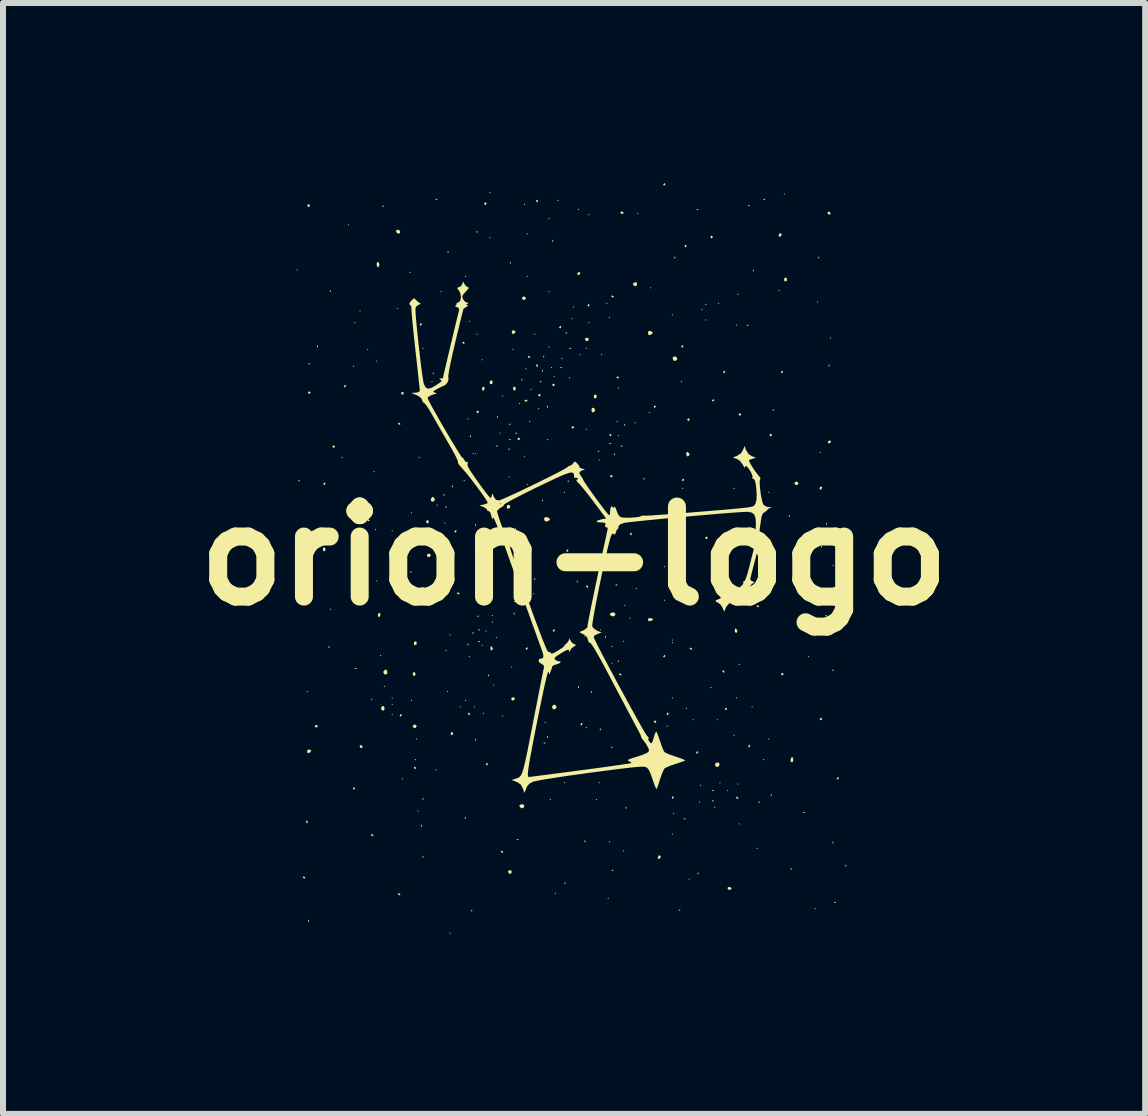
<source format=kicad_pcb>
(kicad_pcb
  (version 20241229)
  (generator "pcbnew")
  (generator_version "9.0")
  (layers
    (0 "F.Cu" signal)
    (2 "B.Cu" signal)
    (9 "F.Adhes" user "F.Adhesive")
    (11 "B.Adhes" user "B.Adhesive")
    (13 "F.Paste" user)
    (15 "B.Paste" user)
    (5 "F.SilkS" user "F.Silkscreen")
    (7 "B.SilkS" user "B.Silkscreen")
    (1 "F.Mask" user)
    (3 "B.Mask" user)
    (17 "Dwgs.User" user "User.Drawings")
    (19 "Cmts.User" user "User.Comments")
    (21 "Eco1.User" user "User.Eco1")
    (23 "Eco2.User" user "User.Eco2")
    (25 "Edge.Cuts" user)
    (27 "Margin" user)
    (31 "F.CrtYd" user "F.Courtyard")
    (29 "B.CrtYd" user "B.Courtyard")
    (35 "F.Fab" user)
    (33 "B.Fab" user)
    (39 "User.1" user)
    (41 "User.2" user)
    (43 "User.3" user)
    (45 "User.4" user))
  (footprint "orion-logo"
    (layer "F.Cu")
    (at 6.514 6.211)
    (property "Reference" "orion-logo" (at 0 0 0) (layer "F.SilkS") (effects (font (size 1.5 1.5) (thickness 0.3))))
    (attr board_only exclude_from_pos_files exclude_from_bom)
    (fp_poly (pts (xy -4.605 -4.765) (xy -4.615 -4.754) (xy -4.626 -4.765) (xy -4.615 -4.776)) (stroke (width 0) (type solid)) (fill yes) (layer "F.SilkS"))
    (fp_poly (pts (xy -4.433 2.259) (xy -4.444 2.27) (xy -4.455 2.259) (xy -4.444 2.249)) (stroke (width 0) (type solid)) (fill yes) (layer "F.SilkS"))
    (fp_poly (pts (xy -4.412 0.289) (xy -4.423 0.3) (xy -4.433 0.289) (xy -4.423 0.278)) (stroke (width 0) (type solid)) (fill yes) (layer "F.SilkS"))
    (fp_poly (pts (xy -4.048 0.889) (xy -4.058 0.899) (xy -4.069 0.889) (xy -4.058 0.878)) (stroke (width 0) (type solid)) (fill yes) (layer "F.SilkS"))
    (fp_poly (pts (xy -3.855 -1.638) (xy -3.866 -1.628) (xy -3.876 -1.638) (xy -3.866 -1.649)) (stroke (width 0) (type solid)) (fill yes) (layer "F.SilkS"))
    (fp_poly (pts (xy -3.748 -5.515) (xy -3.759 -5.504) (xy -3.769 -5.515) (xy -3.759 -5.525)) (stroke (width 0) (type solid)) (fill yes) (layer "F.SilkS"))
    (fp_poly (pts (xy -3.662 -3.159) (xy -3.673 -3.148) (xy -3.684 -3.159) (xy -3.673 -3.17)) (stroke (width 0) (type solid)) (fill yes) (layer "F.SilkS"))
    (fp_poly (pts (xy -3.641 -3.887) (xy -3.652 -3.876) (xy -3.662 -3.887) (xy -3.652 -3.898)) (stroke (width 0) (type solid)) (fill yes) (layer "F.SilkS"))
    (fp_poly (pts (xy -3.555 -4.08) (xy -3.566 -4.069) (xy -3.577 -4.08) (xy -3.566 -4.091)) (stroke (width 0) (type solid)) (fill yes) (layer "F.SilkS"))
    (fp_poly (pts (xy -3.427 -3.437) (xy -3.437 -3.427) (xy -3.448 -3.437) (xy -3.437 -3.448)) (stroke (width 0) (type solid)) (fill yes) (layer "F.SilkS"))
    (fp_poly (pts (xy -3.362 2.388) (xy -3.373 2.399) (xy -3.384 2.388) (xy -3.373 2.377)) (stroke (width 0) (type solid)) (fill yes) (layer "F.SilkS"))
    (fp_poly (pts (xy -3.32 -1.403) (xy -3.33 -1.392) (xy -3.341 -1.403) (xy -3.33 -1.413)) (stroke (width 0) (type solid)) (fill yes) (layer "F.SilkS"))
    (fp_poly (pts (xy -3.298 -0.439) (xy -3.309 -0.428) (xy -3.32 -0.439) (xy -3.309 -0.45)) (stroke (width 0) (type solid)) (fill yes) (layer "F.SilkS"))
    (fp_poly (pts (xy -3.277 -3.245) (xy -3.287 -3.234) (xy -3.298 -3.245) (xy -3.287 -3.255)) (stroke (width 0) (type solid)) (fill yes) (layer "F.SilkS"))
    (fp_poly (pts (xy -3.277 0.418) (xy -3.287 0.428) (xy -3.298 0.418) (xy -3.287 0.407)) (stroke (width 0) (type solid)) (fill yes) (layer "F.SilkS"))
    (fp_poly (pts (xy -3.212 1.66) (xy -3.223 1.67) (xy -3.234 1.66) (xy -3.223 1.649)) (stroke (width 0) (type solid)) (fill yes) (layer "F.SilkS"))
    (fp_poly (pts (xy -3.148 2.174) (xy -3.159 2.184) (xy -3.17 2.174) (xy -3.159 2.163)) (stroke (width 0) (type solid)) (fill yes) (layer "F.SilkS"))
    (fp_poly (pts (xy -3.02 -0.418) (xy -3.03 -0.407) (xy -3.041 -0.418) (xy -3.03 -0.428)) (stroke (width 0) (type solid)) (fill yes) (layer "F.SilkS"))
    (fp_poly (pts (xy -3.02 2.367) (xy -3.03 2.377) (xy -3.041 2.367) (xy -3.03 2.356)) (stroke (width 0) (type solid)) (fill yes) (layer "F.SilkS"))
    (fp_poly (pts (xy -3.02 2.474) (xy -3.03 2.484) (xy -3.041 2.474) (xy -3.03 2.463)) (stroke (width 0) (type solid)) (fill yes) (layer "F.SilkS"))
    (fp_poly (pts (xy -3.02 2.645) (xy -3.03 2.656) (xy -3.041 2.645) (xy -3.03 2.634)) (stroke (width 0) (type solid)) (fill yes) (layer "F.SilkS"))
    (fp_poly (pts (xy -2.934 -4.123) (xy -2.945 -4.112) (xy -2.955 -4.123) (xy -2.945 -4.133)) (stroke (width 0) (type solid)) (fill yes) (layer "F.SilkS"))
    (fp_poly (pts (xy -2.848 3.716) (xy -2.859 3.726) (xy -2.87 3.716) (xy -2.859 3.705)) (stroke (width 0) (type solid)) (fill yes) (layer "F.SilkS"))
    (fp_poly (pts (xy -2.72 -4.722) (xy -2.731 -4.712) (xy -2.741 -4.722) (xy -2.731 -4.733)) (stroke (width 0) (type solid)) (fill yes) (layer "F.SilkS"))
    (fp_poly (pts (xy -2.698 -0.717) (xy -2.709 -0.707) (xy -2.72 -0.717) (xy -2.709 -0.728)) (stroke (width 0) (type solid)) (fill yes) (layer "F.SilkS"))
    (fp_poly (pts (xy -2.698 2.409) (xy -2.709 2.42) (xy -2.72 2.409) (xy -2.709 2.399)) (stroke (width 0) (type solid)) (fill yes) (layer "F.SilkS"))
    (fp_poly (pts (xy -2.634 3.395) (xy -2.645 3.405) (xy -2.656 3.395) (xy -2.645 3.384)) (stroke (width 0) (type solid)) (fill yes) (layer "F.SilkS"))
    (fp_poly (pts (xy -2.613 3.052) (xy -2.624 3.063) (xy -2.634 3.052) (xy -2.624 3.041)) (stroke (width 0) (type solid)) (fill yes) (layer "F.SilkS"))
    (fp_poly (pts (xy -2.591 4.251) (xy -2.602 4.262) (xy -2.613 4.251) (xy -2.602 4.24)) (stroke (width 0) (type solid)) (fill yes) (layer "F.SilkS"))
    (fp_poly (pts (xy -2.57 -1.638) (xy -2.581 -1.628) (xy -2.591 -1.638) (xy -2.581 -1.649)) (stroke (width 0) (type solid)) (fill yes) (layer "F.SilkS"))
    (fp_poly (pts (xy -2.506 -3.459) (xy -2.516 -3.448) (xy -2.527 -3.459) (xy -2.516 -3.469)) (stroke (width 0) (type solid)) (fill yes) (layer "F.SilkS"))
    (fp_poly (pts (xy -2.356 -2.902) (xy -2.367 -2.891) (xy -2.377 -2.902) (xy -2.367 -2.913)) (stroke (width 0) (type solid)) (fill yes) (layer "F.SilkS"))
    (fp_poly (pts (xy -2.292 3.566) (xy -2.302 3.577) (xy -2.313 3.566) (xy -2.302 3.555)) (stroke (width 0) (type solid)) (fill yes) (layer "F.SilkS"))
    (fp_poly (pts (xy -2.27 -0.846) (xy -2.281 -0.835) (xy -2.292 -0.846) (xy -2.281 -0.857)) (stroke (width 0) (type solid)) (fill yes) (layer "F.SilkS"))
    (fp_poly (pts (xy -2.206 -4.401) (xy -2.217 -4.39) (xy -2.227 -4.401) (xy -2.217 -4.412)) (stroke (width 0) (type solid)) (fill yes) (layer "F.SilkS"))
    (fp_poly (pts (xy -2.142 -0.546) (xy -2.152 -0.535) (xy -2.163 -0.546) (xy -2.152 -0.557)) (stroke (width 0) (type solid)) (fill yes) (layer "F.SilkS"))
    (fp_poly (pts (xy -2.12 1.574) (xy -2.131 1.585) (xy -2.142 1.574) (xy -2.131 1.563)) (stroke (width 0) (type solid)) (fill yes) (layer "F.SilkS"))
    (fp_poly (pts (xy -2.099 2.259) (xy -2.11 2.27) (xy -2.12 2.259) (xy -2.11 2.249)) (stroke (width 0) (type solid)) (fill yes) (layer "F.SilkS"))
    (fp_poly (pts (xy -2.056 1.317) (xy -2.067 1.328) (xy -2.077 1.317) (xy -2.067 1.306)) (stroke (width 0) (type solid)) (fill yes) (layer "F.SilkS"))
    (fp_poly (pts (xy -2.056 6.286) (xy -2.067 6.296) (xy -2.077 6.286) (xy -2.067 6.275)) (stroke (width 0) (type solid)) (fill yes) (layer "F.SilkS"))
    (fp_poly (pts (xy -1.885 2.516) (xy -1.895 2.527) (xy -1.906 2.516) (xy -1.895 2.506)) (stroke (width 0) (type solid)) (fill yes) (layer "F.SilkS"))
    (fp_poly (pts (xy -1.82 -1.253) (xy -1.831 -1.242) (xy -1.842 -1.253) (xy -1.831 -1.264)) (stroke (width 0) (type solid)) (fill yes) (layer "F.SilkS"))
    (fp_poly (pts (xy -1.799 -4.658) (xy -1.81 -4.647) (xy -1.82 -4.658) (xy -1.81 -4.669)) (stroke (width 0) (type solid)) (fill yes) (layer "F.SilkS"))
    (fp_poly (pts (xy -1.799 2.409) (xy -1.81 2.42) (xy -1.82 2.409) (xy -1.81 2.399)) (stroke (width 0) (type solid)) (fill yes) (layer "F.SilkS"))
    (fp_poly (pts (xy -1.756 -2.281) (xy -1.767 -2.27) (xy -1.778 -2.281) (xy -1.767 -2.292)) (stroke (width 0) (type solid)) (fill yes) (layer "F.SilkS"))
    (fp_poly (pts (xy -1.735 -3.909) (xy -1.745 -3.898) (xy -1.756 -3.909) (xy -1.745 -3.919)) (stroke (width 0) (type solid)) (fill yes) (layer "F.SilkS"))
    (fp_poly (pts (xy -1.735 1.681) (xy -1.745 1.692) (xy -1.756 1.681) (xy -1.745 1.67)) (stroke (width 0) (type solid)) (fill yes) (layer "F.SilkS"))
    (fp_poly (pts (xy -1.67 -1.703) (xy -1.681 -1.692) (xy -1.692 -1.703) (xy -1.681 -1.713)) (stroke (width 0) (type solid)) (fill yes) (layer "F.SilkS"))
    (fp_poly (pts (xy -1.649 2.516) (xy -1.66 2.527) (xy -1.67 2.516) (xy -1.66 2.506)) (stroke (width 0) (type solid)) (fill yes) (layer "F.SilkS"))
    (fp_poly (pts (xy -1.628 -1.703) (xy -1.638 -1.692) (xy -1.649 -1.703) (xy -1.638 -1.713)) (stroke (width 0) (type solid)) (fill yes) (layer "F.SilkS"))
    (fp_poly (pts (xy -1.606 -3.694) (xy -1.617 -3.684) (xy -1.628 -3.694) (xy -1.617 -3.705)) (stroke (width 0) (type solid)) (fill yes) (layer "F.SilkS"))
    (fp_poly (pts (xy -1.521 -3.266) (xy -1.531 -3.255) (xy -1.542 -3.266) (xy -1.531 -3.277)) (stroke (width 0) (type solid)) (fill yes) (layer "F.SilkS"))
    (fp_poly (pts (xy -1.521 1.488) (xy -1.531 1.499) (xy -1.542 1.488) (xy -1.531 1.478)) (stroke (width 0) (type solid)) (fill yes) (layer "F.SilkS"))
    (fp_poly (pts (xy -1.499 2.624) (xy -1.51 2.634) (xy -1.521 2.624) (xy -1.51 2.613)) (stroke (width 0) (type solid)) (fill yes) (layer "F.SilkS"))
    (fp_poly (pts (xy -1.456 1.253) (xy -1.467 1.264) (xy -1.478 1.253) (xy -1.467 1.242)) (stroke (width 0) (type solid)) (fill yes) (layer "F.SilkS"))
    (fp_poly (pts (xy -1.392 -6.05) (xy -1.403 -6.039) (xy -1.413 -6.05) (xy -1.403 -6.061)) (stroke (width 0) (type solid)) (fill yes) (layer "F.SilkS"))
    (fp_poly (pts (xy -1.392 -5.301) (xy -1.403 -5.29) (xy -1.413 -5.301) (xy -1.403 -5.311)) (stroke (width 0) (type solid)) (fill yes) (layer "F.SilkS"))
    (fp_poly (pts (xy -1.392 0.482) (xy -1.403 0.493) (xy -1.413 0.482) (xy -1.403 0.471)) (stroke (width 0) (type solid)) (fill yes) (layer "F.SilkS"))
    (fp_poly (pts (xy -1.349 0.996) (xy -1.36 1.007) (xy -1.371 0.996) (xy -1.36 0.985)) (stroke (width 0) (type solid)) (fill yes) (layer "F.SilkS"))
    (fp_poly (pts (xy -1.349 1.103) (xy -1.36 1.114) (xy -1.371 1.103) (xy -1.36 1.092)) (stroke (width 0) (type solid)) (fill yes) (layer "F.SilkS"))
    (fp_poly (pts (xy -1.328 2.152) (xy -1.339 2.163) (xy -1.349 2.152) (xy -1.339 2.142)) (stroke (width 0) (type solid)) (fill yes) (layer "F.SilkS"))
    (fp_poly (pts (xy -1.285 1.36) (xy -1.296 1.371) (xy -1.306 1.36) (xy -1.296 1.349)) (stroke (width 0) (type solid)) (fill yes) (layer "F.SilkS"))
    (fp_poly (pts (xy -1.221 -2.045) (xy -1.231 -2.035) (xy -1.242 -2.045) (xy -1.231 -2.056)) (stroke (width 0) (type solid)) (fill yes) (layer "F.SilkS"))
    (fp_poly (pts (xy -1.178 -2.666) (xy -1.189 -2.656) (xy -1.199 -2.666) (xy -1.189 -2.677)) (stroke (width 0) (type solid)) (fill yes) (layer "F.SilkS"))
    (fp_poly (pts (xy -1.178 2.666) (xy -1.189 2.677) (xy -1.199 2.666) (xy -1.189 2.656)) (stroke (width 0) (type solid)) (fill yes) (layer "F.SilkS"))
    (fp_poly (pts (xy -1.071 -1.317) (xy -1.082 -1.306) (xy -1.092 -1.317) (xy -1.082 -1.328)) (stroke (width 0) (type solid)) (fill yes) (layer "F.SilkS"))
    (fp_poly (pts (xy -1.028 1.853) (xy -1.039 1.863) (xy -1.049 1.853) (xy -1.039 1.842)) (stroke (width 0) (type solid)) (fill yes) (layer "F.SilkS"))
    (fp_poly (pts (xy -1.007 -3.437) (xy -1.017 -3.427) (xy -1.028 -3.437) (xy -1.017 -3.448)) (stroke (width 0) (type solid)) (fill yes) (layer "F.SilkS"))
    (fp_poly (pts (xy -0.964 -0.46) (xy -0.974 -0.45) (xy -0.985 -0.46) (xy -0.974 -0.471)) (stroke (width 0) (type solid)) (fill yes) (layer "F.SilkS"))
    (fp_poly (pts (xy -0.899 -2.538) (xy -0.91 -2.527) (xy -0.921 -2.538) (xy -0.91 -2.549)) (stroke (width 0) (type solid)) (fill yes) (layer "F.SilkS"))
    (fp_poly (pts (xy -0.814 -5.857) (xy -0.825 -5.847) (xy -0.835 -5.857) (xy -0.825 -5.868)) (stroke (width 0) (type solid)) (fill yes) (layer "F.SilkS"))
    (fp_poly (pts (xy -0.814 -1.66) (xy -0.825 -1.649) (xy -0.835 -1.66) (xy -0.825 -1.67)) (stroke (width 0) (type solid)) (fill yes) (layer "F.SilkS"))
    (fp_poly (pts (xy -0.792 -3.116) (xy -0.803 -3.105) (xy -0.814 -3.116) (xy -0.803 -3.127)) (stroke (width 0) (type solid)) (fill yes) (layer "F.SilkS"))
    (fp_poly (pts (xy -0.771 -5.365) (xy -0.782 -5.354) (xy -0.792 -5.365) (xy -0.782 -5.376)) (stroke (width 0) (type solid)) (fill yes) (layer "F.SilkS"))
    (fp_poly (pts (xy -0.771 -4.658) (xy -0.782 -4.647) (xy -0.792 -4.658) (xy -0.782 -4.669)) (stroke (width 0) (type solid)) (fill yes) (layer "F.SilkS"))
    (fp_poly (pts (xy -0.771 -1.189) (xy -0.782 -1.178) (xy -0.792 -1.189) (xy -0.782 -1.199)) (stroke (width 0) (type solid)) (fill yes) (layer "F.SilkS"))
    (fp_poly (pts (xy -0.728 -2.238) (xy -0.739 -2.227) (xy -0.75 -2.238) (xy -0.739 -2.249)) (stroke (width 0) (type solid)) (fill yes) (layer "F.SilkS"))
    (fp_poly (pts (xy -0.707 -2.773) (xy -0.717 -2.763) (xy -0.728 -2.773) (xy -0.717 -2.784)) (stroke (width 0) (type solid)) (fill yes) (layer "F.SilkS"))
    (fp_poly (pts (xy -0.664 0.632) (xy -0.675 0.642) (xy -0.685 0.632) (xy -0.675 0.621)) (stroke (width 0) (type solid)) (fill yes) (layer "F.SilkS"))
    (fp_poly (pts (xy -0.642 -3.694) (xy -0.653 -3.684) (xy -0.664 -3.694) (xy -0.653 -3.705)) (stroke (width 0) (type solid)) (fill yes) (layer "F.SilkS"))
    (fp_poly (pts (xy -0.578 -2.452) (xy -0.589 -2.441) (xy -0.6 -2.452) (xy -0.589 -2.463)) (stroke (width 0) (type solid)) (fill yes) (layer "F.SilkS"))
    (fp_poly (pts (xy -0.471 2.773) (xy -0.482 2.784) (xy -0.493 2.773) (xy -0.482 2.763)) (stroke (width 0) (type solid)) (fill yes) (layer "F.SilkS"))
    (fp_poly (pts (xy -0.428 -1.938) (xy -0.439 -1.927) (xy -0.45 -1.938) (xy -0.439 -1.949)) (stroke (width 0) (type solid)) (fill yes) (layer "F.SilkS"))
    (fp_poly (pts (xy -0.407 -5.622) (xy -0.418 -5.611) (xy -0.428 -5.622) (xy -0.418 -5.633)) (stroke (width 0) (type solid)) (fill yes) (layer "F.SilkS"))
    (fp_poly (pts (xy -0.407 -4.401) (xy -0.418 -4.39) (xy -0.428 -4.401) (xy -0.418 -4.412)) (stroke (width 0) (type solid)) (fill yes) (layer "F.SilkS"))
    (fp_poly (pts (xy -0.407 -3.48) (xy -0.418 -3.469) (xy -0.428 -3.48) (xy -0.418 -3.491)) (stroke (width 0) (type solid)) (fill yes) (layer "F.SilkS"))
    (fp_poly (pts (xy -0.385 4.058) (xy -0.396 4.069) (xy -0.407 4.058) (xy -0.396 4.048)) (stroke (width 0) (type solid)) (fill yes) (layer "F.SilkS"))
    (fp_poly (pts (xy -0.364 -3.138) (xy -0.375 -3.127) (xy -0.385 -3.138) (xy -0.375 -3.148)) (stroke (width 0) (type solid)) (fill yes) (layer "F.SilkS"))
    (fp_poly (pts (xy -0.321 -2.988) (xy -0.332 -2.977) (xy -0.343 -2.988) (xy -0.332 -2.998)) (stroke (width 0) (type solid)) (fill yes) (layer "F.SilkS"))
    (fp_poly (pts (xy -0.3 5.622) (xy -0.311 5.633) (xy -0.321 5.622) (xy -0.311 5.611)) (stroke (width 0) (type solid)) (fill yes) (layer "F.SilkS"))
    (fp_poly (pts (xy -0.257 -5.922) (xy -0.268 -5.911) (xy -0.278 -5.922) (xy -0.268 -5.932)) (stroke (width 0) (type solid)) (fill yes) (layer "F.SilkS"))
    (fp_poly (pts (xy -0.193 -3.287) (xy -0.203 -3.277) (xy -0.214 -3.287) (xy -0.203 -3.298)) (stroke (width 0) (type solid)) (fill yes) (layer "F.SilkS"))
    (fp_poly (pts (xy -0.15 -1.06) (xy -0.161 -1.049) (xy -0.171 -1.06) (xy -0.161 -1.071)) (stroke (width 0) (type solid)) (fill yes) (layer "F.SilkS"))
    (fp_poly (pts (xy -0.15 3.78) (xy -0.161 3.791) (xy -0.171 3.78) (xy -0.161 3.769)) (stroke (width 0) (type solid)) (fill yes) (layer "F.SilkS"))
    (fp_poly (pts (xy -0.064 -2.966) (xy -0.075 -2.955) (xy -0.086 -2.966) (xy -0.075 -2.977)) (stroke (width 0) (type solid)) (fill yes) (layer "F.SilkS"))
    (fp_poly (pts (xy -0.021 -3.951) (xy -0.032 -3.941) (xy -0.043 -3.951) (xy -0.032 -3.962)) (stroke (width 0) (type solid)) (fill yes) (layer "F.SilkS"))
    (fp_poly (pts (xy 0 -4.144) (xy -0.011 -4.133) (xy -0.021 -4.144) (xy -0.011 -4.155)) (stroke (width 0) (type solid)) (fill yes) (layer "F.SilkS"))
    (fp_poly (pts (xy 0.086 -5.772) (xy 0.075 -5.761) (xy 0.064 -5.772) (xy 0.075 -5.782)) (stroke (width 0) (type solid)) (fill yes) (layer "F.SilkS"))
    (fp_poly (pts (xy 0.107 -3.352) (xy 0.096 -3.341) (xy 0.086 -3.352) (xy 0.096 -3.362)) (stroke (width 0) (type solid)) (fill yes) (layer "F.SilkS"))
    (fp_poly (pts (xy 0.193 1.339) (xy 0.182 1.349) (xy 0.171 1.339) (xy 0.182 1.328)) (stroke (width 0) (type solid)) (fill yes) (layer "F.SilkS"))
    (fp_poly (pts (xy 0.214 -3.459) (xy 0.203 -3.448) (xy 0.193 -3.459) (xy 0.203 -3.469)) (stroke (width 0) (type solid)) (fill yes) (layer "F.SilkS"))
    (fp_poly (pts (xy 0.214 -2.11) (xy 0.203 -2.099) (xy 0.193 -2.11) (xy 0.203 -2.12)) (stroke (width 0) (type solid)) (fill yes) (layer "F.SilkS"))
    (fp_poly (pts (xy 0.214 2.859) (xy 0.203 2.87) (xy 0.193 2.859) (xy 0.203 2.848)) (stroke (width 0) (type solid)) (fill yes) (layer "F.SilkS"))
    (fp_poly (pts (xy 0.257 -5.686) (xy 0.246 -5.675) (xy 0.236 -5.686) (xy 0.246 -5.697)) (stroke (width 0) (type solid)) (fill yes) (layer "F.SilkS"))
    (fp_poly (pts (xy 0.257 -3.887) (xy 0.246 -3.876) (xy 0.236 -3.887) (xy 0.246 -3.898)) (stroke (width 0) (type solid)) (fill yes) (layer "F.SilkS"))
    (fp_poly (pts (xy 0.385 4.058) (xy 0.375 4.069) (xy 0.364 4.058) (xy 0.375 4.048)) (stroke (width 0) (type solid)) (fill yes) (layer "F.SilkS"))
    (fp_poly (pts (xy 0.428 -1.596) (xy 0.418 -1.585) (xy 0.407 -1.596) (xy 0.418 -1.606)) (stroke (width 0) (type solid)) (fill yes) (layer "F.SilkS"))
    (fp_poly (pts (xy 0.428 3.78) (xy 0.418 3.791) (xy 0.407 3.78) (xy 0.418 3.769)) (stroke (width 0) (type solid)) (fill yes) (layer "F.SilkS"))
    (fp_poly (pts (xy 0.45 1.231) (xy 0.439 1.242) (xy 0.428 1.231) (xy 0.439 1.221)) (stroke (width 0) (type solid)) (fill yes) (layer "F.SilkS"))
    (fp_poly (pts (xy 0.471 -3.352) (xy 0.46 -3.341) (xy 0.45 -3.352) (xy 0.46 -3.362)) (stroke (width 0) (type solid)) (fill yes) (layer "F.SilkS"))
    (fp_poly (pts (xy 0.557 -4.208) (xy 0.546 -4.198) (xy 0.535 -4.208) (xy 0.546 -4.219)) (stroke (width 0) (type solid)) (fill yes) (layer "F.SilkS"))
    (fp_poly (pts (xy 0.578 5.708) (xy 0.568 5.718) (xy 0.557 5.708) (xy 0.568 5.697)) (stroke (width 0) (type solid)) (fill yes) (layer "F.SilkS"))
    (fp_poly (pts (xy 0.6 -3.973) (xy 0.589 -3.962) (xy 0.578 -3.973) (xy 0.589 -3.983)) (stroke (width 0) (type solid)) (fill yes) (layer "F.SilkS"))
    (fp_poly (pts (xy 0.6 4.765) (xy 0.589 4.776) (xy 0.578 4.765) (xy 0.589 4.754)) (stroke (width 0) (type solid)) (fill yes) (layer "F.SilkS"))
    (fp_poly (pts (xy 0.642 1.51) (xy 0.632 1.521) (xy 0.621 1.51) (xy 0.632 1.499)) (stroke (width 0) (type solid)) (fill yes) (layer "F.SilkS"))
    (fp_poly (pts (xy 0.642 1.788) (xy 0.632 1.799) (xy 0.621 1.788) (xy 0.632 1.778)) (stroke (width 0) (type solid)) (fill yes) (layer "F.SilkS"))
    (fp_poly (pts (xy 0.728 -2.238) (xy 0.717 -2.227) (xy 0.707 -2.238) (xy 0.717 -2.249)) (stroke (width 0) (type solid)) (fill yes) (layer "F.SilkS"))
    (fp_poly (pts (xy 0.75 -2.795) (xy 0.739 -2.784) (xy 0.728 -2.795) (xy 0.739 -2.806)) (stroke (width 0) (type solid)) (fill yes) (layer "F.SilkS"))
    (fp_poly (pts (xy 0.75 -2.002) (xy 0.739 -1.992) (xy 0.728 -2.002) (xy 0.739 -2.013)) (stroke (width 0) (type solid)) (fill yes) (layer "F.SilkS"))
    (fp_poly (pts (xy 0.835 1.424) (xy 0.825 1.435) (xy 0.814 1.424) (xy 0.825 1.413)) (stroke (width 0) (type solid)) (fill yes) (layer "F.SilkS"))
    (fp_poly (pts (xy 0.835 4.915) (xy 0.825 4.926) (xy 0.814 4.915) (xy 0.825 4.904)) (stroke (width 0) (type solid)) (fill yes) (layer "F.SilkS"))
    (fp_poly (pts (xy 0.857 0.825) (xy 0.846 0.835) (xy 0.835 0.825) (xy 0.846 0.814)) (stroke (width 0) (type solid)) (fill yes) (layer "F.SilkS"))
    (fp_poly (pts (xy 0.942 1.039) (xy 0.932 1.049) (xy 0.921 1.039) (xy 0.932 1.028)) (stroke (width 0) (type solid)) (fill yes) (layer "F.SilkS"))
    (fp_poly (pts (xy 1.028 -2.217) (xy 1.017 -2.206) (xy 1.007 -2.217) (xy 1.017 -2.227)) (stroke (width 0) (type solid)) (fill yes) (layer "F.SilkS"))
    (fp_poly (pts (xy 1.049 0.546) (xy 1.039 0.557) (xy 1.028 0.546) (xy 1.039 0.535)) (stroke (width 0) (type solid)) (fill yes) (layer "F.SilkS"))
    (fp_poly (pts (xy 1.071 -5.708) (xy 1.06 -5.697) (xy 1.049 -5.708) (xy 1.06 -5.718)) (stroke (width 0) (type solid)) (fill yes) (layer "F.SilkS"))
    (fp_poly (pts (xy 1.264 -2.388) (xy 1.253 -2.377) (xy 1.242 -2.388) (xy 1.253 -2.399)) (stroke (width 0) (type solid)) (fill yes) (layer "F.SilkS"))
    (fp_poly (pts (xy 1.285 -4.465) (xy 1.274 -4.455) (xy 1.264 -4.465) (xy 1.274 -4.476)) (stroke (width 0) (type solid)) (fill yes) (layer "F.SilkS"))
    (fp_poly (pts (xy 1.521 0.182) (xy 1.51 0.193) (xy 1.499 0.182) (xy 1.51 0.171)) (stroke (width 0) (type solid)) (fill yes) (layer "F.SilkS"))
    (fp_poly (pts (xy 1.521 0.739) (xy 1.51 0.75) (xy 1.499 0.739) (xy 1.51 0.728)) (stroke (width 0) (type solid)) (fill yes) (layer "F.SilkS"))
    (fp_poly (pts (xy 1.563 2.838) (xy 1.553 2.848) (xy 1.542 2.838) (xy 1.553 2.827)) (stroke (width 0) (type solid)) (fill yes) (layer "F.SilkS"))
    (fp_poly (pts (xy 1.649 -4.016) (xy 1.638 -4.005) (xy 1.628 -4.016) (xy 1.638 -4.026)) (stroke (width 0) (type solid)) (fill yes) (layer "F.SilkS"))
    (fp_poly (pts (xy 1.649 1.403) (xy 1.638 1.413) (xy 1.628 1.403) (xy 1.638 1.392)) (stroke (width 0) (type solid)) (fill yes) (layer "F.SilkS"))
    (fp_poly (pts (xy 1.649 1.446) (xy 1.638 1.456) (xy 1.628 1.446) (xy 1.638 1.435)) (stroke (width 0) (type solid)) (fill yes) (layer "F.SilkS"))
    (fp_poly (pts (xy 1.649 2.367) (xy 1.638 2.377) (xy 1.628 2.367) (xy 1.638 2.356)) (stroke (width 0) (type solid)) (fill yes) (layer "F.SilkS"))
    (fp_poly (pts (xy 1.649 4.637) (xy 1.638 4.647) (xy 1.628 4.637) (xy 1.638 4.626)) (stroke (width 0) (type solid)) (fill yes) (layer "F.SilkS"))
    (fp_poly (pts (xy 1.67 4.294) (xy 1.66 4.305) (xy 1.649 4.294) (xy 1.66 4.283)) (stroke (width 0) (type solid)) (fill yes) (layer "F.SilkS"))
    (fp_poly (pts (xy 1.799 -2.902) (xy 1.788 -2.891) (xy 1.778 -2.902) (xy 1.788 -2.913)) (stroke (width 0) (type solid)) (fill yes) (layer "F.SilkS"))
    (fp_poly (pts (xy 1.82 -1.124) (xy 1.81 -1.114) (xy 1.799 -1.124) (xy 1.81 -1.135)) (stroke (width 0) (type solid)) (fill yes) (layer "F.SilkS"))
    (fp_poly (pts (xy 1.842 0.503) (xy 1.831 0.514) (xy 1.82 0.503) (xy 1.831 0.493)) (stroke (width 0) (type solid)) (fill yes) (layer "F.SilkS"))
    (fp_poly (pts (xy 1.885 2.538) (xy 1.874 2.549) (xy 1.863 2.538) (xy 1.874 2.527)) (stroke (width 0) (type solid)) (fill yes) (layer "F.SilkS"))
    (fp_poly (pts (xy 1.927 5.386) (xy 1.917 5.397) (xy 1.906 5.386) (xy 1.917 5.376)) (stroke (width 0) (type solid)) (fill yes) (layer "F.SilkS"))
    (fp_poly (pts (xy 1.992 2.731) (xy 1.981 2.741) (xy 1.97 2.731) (xy 1.981 2.72)) (stroke (width 0) (type solid)) (fill yes) (layer "F.SilkS"))
    (fp_poly (pts (xy 2.099 4.101) (xy 2.088 4.112) (xy 2.077 4.101) (xy 2.088 4.091)) (stroke (width 0) (type solid)) (fill yes) (layer "F.SilkS"))
    (fp_poly (pts (xy 2.12 3.823) (xy 2.11 3.834) (xy 2.099 3.823) (xy 2.11 3.812)) (stroke (width 0) (type solid)) (fill yes) (layer "F.SilkS"))
    (fp_poly (pts (xy 2.142 -4.101) (xy 2.131 -4.091) (xy 2.12 -4.101) (xy 2.131 -4.112)) (stroke (width 0) (type solid)) (fill yes) (layer "F.SilkS"))
    (fp_poly (pts (xy 2.206 -4.187) (xy 2.195 -4.176) (xy 2.184 -4.187) (xy 2.195 -4.198)) (stroke (width 0) (type solid)) (fill yes) (layer "F.SilkS"))
    (fp_poly (pts (xy 2.206 -3.93) (xy 2.195 -3.919) (xy 2.184 -3.93) (xy 2.195 -3.941)) (stroke (width 0) (type solid)) (fill yes) (layer "F.SilkS"))
    (fp_poly (pts (xy 2.292 2.195) (xy 2.281 2.206) (xy 2.27 2.195) (xy 2.281 2.184)) (stroke (width 0) (type solid)) (fill yes) (layer "F.SilkS"))
    (fp_poly (pts (xy 2.356 4.187) (xy 2.345 4.198) (xy 2.334 4.187) (xy 2.345 4.176)) (stroke (width 0) (type solid)) (fill yes) (layer "F.SilkS"))
    (fp_poly (pts (xy 2.399 2.731) (xy 2.388 2.741) (xy 2.377 2.731) (xy 2.388 2.72)) (stroke (width 0) (type solid)) (fill yes) (layer "F.SilkS"))
    (fp_poly (pts (xy 2.42 -4.208) (xy 2.409 -4.198) (xy 2.399 -4.208) (xy 2.409 -4.219)) (stroke (width 0) (type solid)) (fill yes) (layer "F.SilkS"))
    (fp_poly (pts (xy 2.441 3.78) (xy 2.431 3.791) (xy 2.42 3.78) (xy 2.431 3.769)) (stroke (width 0) (type solid)) (fill yes) (layer "F.SilkS"))
    (fp_poly (pts (xy 2.57 3.909) (xy 2.559 3.919) (xy 2.549 3.909) (xy 2.559 3.898)) (stroke (width 0) (type solid)) (fill yes) (layer "F.SilkS"))
    (fp_poly (pts (xy 2.677 -1.124) (xy 2.666 -1.114) (xy 2.656 -1.124) (xy 2.666 -1.135)) (stroke (width 0) (type solid)) (fill yes) (layer "F.SilkS"))
    (fp_poly (pts (xy 2.677 2.988) (xy 2.666 2.998) (xy 2.656 2.988) (xy 2.666 2.977)) (stroke (width 0) (type solid)) (fill yes) (layer "F.SilkS"))
    (fp_poly (pts (xy 2.72 -3.844) (xy 2.709 -3.834) (xy 2.698 -3.844) (xy 2.709 -3.855)) (stroke (width 0) (type solid)) (fill yes) (layer "F.SilkS"))
    (fp_poly (pts (xy 2.72 2.367) (xy 2.709 2.377) (xy 2.698 2.367) (xy 2.709 2.356)) (stroke (width 0) (type solid)) (fill yes) (layer "F.SilkS"))
    (fp_poly (pts (xy 2.741 -4.358) (xy 2.731 -4.348) (xy 2.72 -4.358) (xy 2.731 -4.369)) (stroke (width 0) (type solid)) (fill yes) (layer "F.SilkS"))
    (fp_poly (pts (xy 2.741 3.801) (xy 2.731 3.812) (xy 2.72 3.801) (xy 2.731 3.791)) (stroke (width 0) (type solid)) (fill yes) (layer "F.SilkS"))
    (fp_poly (pts (xy 2.763 1.81) (xy 2.752 1.82) (xy 2.741 1.81) (xy 2.752 1.799)) (stroke (width 0) (type solid)) (fill yes) (layer "F.SilkS"))
    (fp_poly (pts (xy 2.763 4.465) (xy 2.752 4.476) (xy 2.741 4.465) (xy 2.752 4.455)) (stroke (width 0) (type solid)) (fill yes) (layer "F.SilkS"))
    (fp_poly (pts (xy 2.977 2.516) (xy 2.966 2.527) (xy 2.955 2.516) (xy 2.966 2.506)) (stroke (width 0) (type solid)) (fill yes) (layer "F.SilkS"))
    (fp_poly (pts (xy 2.998 -0.375) (xy 2.988 -0.364) (xy 2.977 -0.375) (xy 2.988 -0.385)) (stroke (width 0) (type solid)) (fill yes) (layer "F.SilkS"))
    (fp_poly (pts (xy 3.063 4.872) (xy 3.052 4.883) (xy 3.041 4.872) (xy 3.052 4.862)) (stroke (width 0) (type solid)) (fill yes) (layer "F.SilkS"))
    (fp_poly (pts (xy 3.17 3.395) (xy 3.159 3.405) (xy 3.148 3.395) (xy 3.159 3.384)) (stroke (width 0) (type solid)) (fill yes) (layer "F.SilkS"))
    (fp_poly (pts (xy 3.255 -1.06) (xy 3.245 -1.049) (xy 3.234 -1.06) (xy 3.245 -1.071)) (stroke (width 0) (type solid)) (fill yes) (layer "F.SilkS"))
    (fp_poly (pts (xy 3.255 3.052) (xy 3.245 3.063) (xy 3.234 3.052) (xy 3.245 3.041)) (stroke (width 0) (type solid)) (fill yes) (layer "F.SilkS"))
    (fp_poly (pts (xy 3.427 -4.423) (xy 3.416 -4.412) (xy 3.405 -4.423) (xy 3.416 -4.433)) (stroke (width 0) (type solid)) (fill yes) (layer "F.SilkS"))
    (fp_poly (pts (xy 3.512 -6.029) (xy 3.502 -6.018) (xy 3.491 -6.029) (xy 3.502 -6.039)) (stroke (width 0) (type solid)) (fill yes) (layer "F.SilkS"))
    (fp_poly (pts (xy 3.919 1.681) (xy 3.909 1.692) (xy 3.898 1.681) (xy 3.909 1.67)) (stroke (width 0) (type solid)) (fill yes) (layer "F.SilkS"))
    (fp_poly (pts (xy 4.026 5.879) (xy 4.016 5.89) (xy 4.005 5.879) (xy 4.016 5.868)) (stroke (width 0) (type solid)) (fill yes) (layer "F.SilkS"))
    (fp_poly (pts (xy 4.069 -4.23) (xy 4.058 -4.219) (xy 4.048 -4.23) (xy 4.058 -4.24)) (stroke (width 0) (type solid)) (fill yes) (layer "F.SilkS"))
    (fp_poly (pts (xy 4.112 -1.724) (xy 4.101 -1.713) (xy 4.091 -1.724) (xy 4.101 -1.735)) (stroke (width 0) (type solid)) (fill yes) (layer "F.SilkS"))
    (fp_poly (pts (xy 4.283 -3.63) (xy 4.273 -3.619) (xy 4.262 -3.63) (xy 4.273 -3.641)) (stroke (width 0) (type solid)) (fill yes) (layer "F.SilkS"))
    (fp_poly (pts (xy 4.326 0.161) (xy 4.315 0.171) (xy 4.305 0.161) (xy 4.315 0.15)) (stroke (width 0) (type solid)) (fill yes) (layer "F.SilkS"))
    (fp_poly (pts (xy -4.569 -1.256) (xy -4.572 -1.244) (xy -4.583 -1.242) (xy -4.601 -1.25) (xy -4.597 -1.256) (xy -4.572 -1.259)) (stroke (width 0) (type solid)) (fill yes) (layer "F.SilkS"))
    (fp_poly (pts (xy -4.44 0.757) (xy -4.438 0.782) (xy -4.44 0.785) (xy -4.453 0.782) (xy -4.455 0.771) (xy -4.447 0.753)) (stroke (width 0) (type solid)) (fill yes) (layer "F.SilkS"))
    (fp_poly (pts (xy -4.419 6.068) (xy -4.416 6.093) (xy -4.419 6.097) (xy -4.432 6.094) (xy -4.433 6.082) (xy -4.425 6.065)) (stroke (width 0) (type solid)) (fill yes) (layer "F.SilkS"))
    (fp_poly (pts (xy -4.398 -3.205) (xy -4.4 -3.193) (xy -4.412 -3.191) (xy -4.429 -3.199) (xy -4.426 -3.205) (xy -4.401 -3.208)) (stroke (width 0) (type solid)) (fill yes) (layer "F.SilkS"))
    (fp_poly (pts (xy -4.269 -3.505) (xy -4.266 -3.48) (xy -4.269 -3.477) (xy -4.282 -3.48) (xy -4.283 -3.491) (xy -4.275 -3.509)) (stroke (width 0) (type solid)) (fill yes) (layer "F.SilkS"))
    (fp_poly (pts (xy -4.076 1.506) (xy -4.074 1.532) (xy -4.076 1.535) (xy -4.089 1.532) (xy -4.091 1.521) (xy -4.083 1.503)) (stroke (width 0) (type solid)) (fill yes) (layer "F.SilkS"))
    (fp_poly (pts (xy -4.055 -4.426) (xy -4.052 -4.401) (xy -4.055 -4.398) (xy -4.068 -4.4) (xy -4.069 -4.412) (xy -4.061 -4.429)) (stroke (width 0) (type solid)) (fill yes) (layer "F.SilkS"))
    (fp_poly (pts (xy -3.669 0.692) (xy -3.672 0.705) (xy -3.684 0.707) (xy -3.701 0.699) (xy -3.698 0.692) (xy -3.673 0.69)) (stroke (width 0) (type solid)) (fill yes) (layer "F.SilkS"))
    (fp_poly (pts (xy -3.627 1.87) (xy -3.629 1.883) (xy -3.641 1.885) (xy -3.658 1.877) (xy -3.655 1.87) (xy -3.63 1.868)) (stroke (width 0) (type solid)) (fill yes) (layer "F.SilkS"))
    (fp_poly (pts (xy -3.177 -5.84) (xy -3.174 -5.814) (xy -3.177 -5.811) (xy -3.19 -5.814) (xy -3.191 -5.825) (xy -3.183 -5.843)) (stroke (width 0) (type solid)) (fill yes) (layer "F.SilkS"))
    (fp_poly (pts (xy -2.813 0.114) (xy -2.816 0.127) (xy -2.827 0.129) (xy -2.845 0.121) (xy -2.841 0.114) (xy -2.816 0.112)) (stroke (width 0) (type solid)) (fill yes) (layer "F.SilkS"))
    (fp_poly (pts (xy -2.706 0.264) (xy -2.709 0.277) (xy -2.72 0.278) (xy -2.738 0.271) (xy -2.734 0.264) (xy -2.709 0.262)) (stroke (width 0) (type solid)) (fill yes) (layer "F.SilkS"))
    (fp_poly (pts (xy -2.534 4.483) (xy -2.532 4.509) (xy -2.534 4.512) (xy -2.547 4.509) (xy -2.549 4.497) (xy -2.541 4.48)) (stroke (width 0) (type solid)) (fill yes) (layer "F.SilkS"))
    (fp_poly (pts (xy -2.513 4.033) (xy -2.51 4.059) (xy -2.513 4.062) (xy -2.526 4.059) (xy -2.527 4.048) (xy -2.519 4.03)) (stroke (width 0) (type solid)) (fill yes) (layer "F.SilkS"))
    (fp_poly (pts (xy -2.513 4.997) (xy -2.51 5.023) (xy -2.513 5.026) (xy -2.526 5.023) (xy -2.527 5.011) (xy -2.519 4.994)) (stroke (width 0) (type solid)) (fill yes) (layer "F.SilkS"))
    (fp_poly (pts (xy -2.342 -3.055) (xy -2.339 -3.03) (xy -2.342 -3.027) (xy -2.354 -3.03) (xy -2.356 -3.041) (xy -2.348 -3.059)) (stroke (width 0) (type solid)) (fill yes) (layer "F.SilkS"))
    (fp_poly (pts (xy -2.277 -5.947) (xy -2.28 -5.934) (xy -2.292 -5.932) (xy -2.309 -5.94) (xy -2.306 -5.947) (xy -2.28 -5.949)) (stroke (width 0) (type solid)) (fill yes) (layer "F.SilkS"))
    (fp_poly (pts (xy -2.149 -1.021) (xy -2.152 -1.008) (xy -2.163 -1.007) (xy -2.181 -1.014) (xy -2.177 -1.021) (xy -2.152 -1.023)) (stroke (width 0) (type solid)) (fill yes) (layer "F.SilkS"))
    (fp_poly (pts (xy -2.127 -0.828) (xy -2.125 -0.803) (xy -2.127 -0.8) (xy -2.14 -0.802) (xy -2.142 -0.814) (xy -2.134 -0.831)) (stroke (width 0) (type solid)) (fill yes) (layer "F.SilkS"))
    (fp_poly (pts (xy -2.085 -5.069) (xy -2.087 -5.056) (xy -2.099 -5.054) (xy -2.116 -5.062) (xy -2.113 -5.069) (xy -2.088 -5.071)) (stroke (width 0) (type solid)) (fill yes) (layer "F.SilkS"))
    (fp_poly (pts (xy -2.02 -1.171) (xy -2.018 -1.145) (xy -2.02 -1.142) (xy -2.033 -1.145) (xy -2.035 -1.156) (xy -2.027 -1.174)) (stroke (width 0) (type solid)) (fill yes) (layer "F.SilkS"))
    (fp_poly (pts (xy -1.806 4.355) (xy -1.804 4.38) (xy -1.806 4.383) (xy -1.819 4.38) (xy -1.82 4.369) (xy -1.813 4.351)) (stroke (width 0) (type solid)) (fill yes) (layer "F.SilkS"))
    (fp_poly (pts (xy -1.763 1.463) (xy -1.761 1.489) (xy -1.763 1.492) (xy -1.776 1.489) (xy -1.778 1.478) (xy -1.77 1.46)) (stroke (width 0) (type solid)) (fill yes) (layer "F.SilkS"))
    (fp_poly (pts (xy -1.72 -2.006) (xy -1.718 -1.981) (xy -1.72 -1.977) (xy -1.733 -1.98) (xy -1.735 -1.992) (xy -1.727 -2.009)) (stroke (width 0) (type solid)) (fill yes) (layer "F.SilkS"))
    (fp_poly (pts (xy -1.699 5.897) (xy -1.696 5.922) (xy -1.699 5.925) (xy -1.712 5.922) (xy -1.713 5.911) (xy -1.705 5.893)) (stroke (width 0) (type solid)) (fill yes) (layer "F.SilkS"))
    (fp_poly (pts (xy -1.678 1.271) (xy -1.675 1.296) (xy -1.678 1.299) (xy -1.69 1.296) (xy -1.692 1.285) (xy -1.684 1.267)) (stroke (width 0) (type solid)) (fill yes) (layer "F.SilkS"))
    (fp_poly (pts (xy -1.635 -0.528) (xy -1.632 -0.503) (xy -1.635 -0.5) (xy -1.648 -0.503) (xy -1.649 -0.514) (xy -1.641 -0.532)) (stroke (width 0) (type solid)) (fill yes) (layer "F.SilkS"))
    (fp_poly (pts (xy -1.635 3.048) (xy -1.632 3.074) (xy -1.635 3.077) (xy -1.648 3.074) (xy -1.649 3.063) (xy -1.641 3.045)) (stroke (width 0) (type solid)) (fill yes) (layer "F.SilkS"))
    (fp_poly (pts (xy -1.613 -5.411) (xy -1.611 -5.386) (xy -1.613 -5.383) (xy -1.626 -5.386) (xy -1.628 -5.397) (xy -1.62 -5.415)) (stroke (width 0) (type solid)) (fill yes) (layer "F.SilkS"))
    (fp_poly (pts (xy -1.592 0.992) (xy -1.589 1.018) (xy -1.592 1.021) (xy -1.605 1.018) (xy -1.606 1.007) (xy -1.598 0.989)) (stroke (width 0) (type solid)) (fill yes) (layer "F.SilkS"))
    (fp_poly (pts (xy -1.571 1.228) (xy -1.573 1.241) (xy -1.585 1.242) (xy -1.602 1.234) (xy -1.599 1.228) (xy -1.574 1.225)) (stroke (width 0) (type solid)) (fill yes) (layer "F.SilkS"))
    (fp_poly (pts (xy -1.571 1.421) (xy -1.573 1.433) (xy -1.585 1.435) (xy -1.602 1.427) (xy -1.599 1.421) (xy -1.574 1.418)) (stroke (width 0) (type solid)) (fill yes) (layer "F.SilkS"))
    (fp_poly (pts (xy -1.421 1.977) (xy -1.418 2.003) (xy -1.421 2.006) (xy -1.433 2.003) (xy -1.435 1.992) (xy -1.427 1.974)) (stroke (width 0) (type solid)) (fill yes) (layer "F.SilkS"))
    (fp_poly (pts (xy -1.271 -2.327) (xy -1.268 -2.302) (xy -1.271 -2.299) (xy -1.283 -2.302) (xy -1.285 -2.313) (xy -1.277 -2.331)) (stroke (width 0) (type solid)) (fill yes) (layer "F.SilkS"))
    (fp_poly (pts (xy -1.271 -1.835) (xy -1.274 -1.822) (xy -1.285 -1.82) (xy -1.303 -1.828) (xy -1.299 -1.835) (xy -1.274 -1.837)) (stroke (width 0) (type solid)) (fill yes) (layer "F.SilkS"))
    (fp_poly (pts (xy -1.078 -1.792) (xy -1.075 -1.766) (xy -1.078 -1.763) (xy -1.091 -1.766) (xy -1.092 -1.778) (xy -1.084 -1.795)) (stroke (width 0) (type solid)) (fill yes) (layer "F.SilkS"))
    (fp_poly (pts (xy -1.057 -4.897) (xy -1.054 -4.872) (xy -1.057 -4.869) (xy -1.069 -4.872) (xy -1.071 -4.883) (xy -1.063 -4.901)) (stroke (width 0) (type solid)) (fill yes) (layer "F.SilkS"))
    (fp_poly (pts (xy -1.057 -2.199) (xy -1.059 -2.186) (xy -1.071 -2.184) (xy -1.088 -2.192) (xy -1.085 -2.199) (xy -1.06 -2.201)) (stroke (width 0) (type solid)) (fill yes) (layer "F.SilkS"))
    (fp_poly (pts (xy -1.057 -1.942) (xy -1.059 -1.929) (xy -1.071 -1.927) (xy -1.088 -1.935) (xy -1.085 -1.942) (xy -1.06 -1.944)) (stroke (width 0) (type solid)) (fill yes) (layer "F.SilkS"))
    (fp_poly (pts (xy -0.992 0.949) (xy -0.99 0.975) (xy -0.992 0.978) (xy -1.005 0.975) (xy -1.007 0.964) (xy -0.999 0.946)) (stroke (width 0) (type solid)) (fill yes) (layer "F.SilkS"))
    (fp_poly (pts (xy -0.971 0.757) (xy -0.974 0.769) (xy -0.985 0.771) (xy -1.003 0.763) (xy -0.999 0.757) (xy -0.974 0.754)) (stroke (width 0) (type solid)) (fill yes) (layer "F.SilkS"))
    (fp_poly (pts (xy -0.949 -2.049) (xy -0.952 -2.036) (xy -0.964 -2.035) (xy -0.981 -2.042) (xy -0.978 -2.049) (xy -0.953 -2.051)) (stroke (width 0) (type solid)) (fill yes) (layer "F.SilkS"))
    (fp_poly (pts (xy -0.928 4.719) (xy -0.931 4.732) (xy -0.942 4.733) (xy -0.96 4.725) (xy -0.957 4.719) (xy -0.931 4.716)) (stroke (width 0) (type solid)) (fill yes) (layer "F.SilkS"))
    (fp_poly (pts (xy -0.864 -2.948) (xy -0.861 -2.923) (xy -0.864 -2.92) (xy -0.877 -2.923) (xy -0.878 -2.934) (xy -0.87 -2.952)) (stroke (width 0) (type solid)) (fill yes) (layer "F.SilkS"))
    (fp_poly (pts (xy -0.65 0.371) (xy -0.647 0.397) (xy -0.65 0.4) (xy -0.662 0.397) (xy -0.664 0.385) (xy -0.656 0.368)) (stroke (width 0) (type solid)) (fill yes) (layer "F.SilkS"))
    (fp_poly (pts (xy -0.543 -2.906) (xy -0.545 -2.893) (xy -0.557 -2.891) (xy -0.574 -2.899) (xy -0.571 -2.906) (xy -0.546 -2.908)) (stroke (width 0) (type solid)) (fill yes) (layer "F.SilkS"))
    (fp_poly (pts (xy -0.521 -3.098) (xy -0.519 -3.073) (xy -0.521 -3.07) (xy -0.534 -3.073) (xy -0.535 -3.084) (xy -0.528 -3.102)) (stroke (width 0) (type solid)) (fill yes) (layer "F.SilkS"))
    (fp_poly (pts (xy -0.521 -0.935) (xy -0.519 -0.91) (xy -0.521 -0.907) (xy -0.534 -0.91) (xy -0.535 -0.921) (xy -0.528 -0.939)) (stroke (width 0) (type solid)) (fill yes) (layer "F.SilkS"))
    (fp_poly (pts (xy -0.5 -3.334) (xy -0.497 -3.308) (xy -0.5 -3.305) (xy -0.512 -3.308) (xy -0.514 -3.32) (xy -0.506 -3.337)) (stroke (width 0) (type solid)) (fill yes) (layer "F.SilkS"))
    (fp_poly (pts (xy -0.478 3.113) (xy -0.481 3.125) (xy -0.493 3.127) (xy -0.51 3.119) (xy -0.507 3.113) (xy -0.481 3.11)) (stroke (width 0) (type solid)) (fill yes) (layer "F.SilkS"))
    (fp_poly (pts (xy -0.435 -2.499) (xy -0.433 -2.473) (xy -0.435 -2.47) (xy -0.448 -2.473) (xy -0.45 -2.484) (xy -0.442 -2.502)) (stroke (width 0) (type solid)) (fill yes) (layer "F.SilkS"))
    (fp_poly (pts (xy -0.435 3.005) (xy -0.433 3.031) (xy -0.435 3.034) (xy -0.448 3.031) (xy -0.45 3.02) (xy -0.442 3.002)) (stroke (width 0) (type solid)) (fill yes) (layer "F.SilkS"))
    (fp_poly (pts (xy -0.35 -5.261) (xy -0.347 -5.236) (xy -0.35 -5.233) (xy -0.363 -5.236) (xy -0.364 -5.247) (xy -0.356 -5.265)) (stroke (width 0) (type solid)) (fill yes) (layer "F.SilkS"))
    (fp_poly (pts (xy -0.2 -3.141) (xy -0.203 -3.128) (xy -0.214 -3.127) (xy -0.232 -3.135) (xy -0.228 -3.141) (xy -0.203 -3.144)) (stroke (width 0) (type solid)) (fill yes) (layer "F.SilkS"))
    (fp_poly (pts (xy -0.136 5.447) (xy -0.139 5.46) (xy -0.15 5.461) (xy -0.168 5.453) (xy -0.164 5.447) (xy -0.139 5.444)) (stroke (width 0) (type solid)) (fill yes) (layer "F.SilkS"))
    (fp_poly (pts (xy -0.114 -3.719) (xy -0.117 -3.707) (xy -0.128 -3.705) (xy -0.146 -3.713) (xy -0.143 -3.719) (xy -0.117 -3.722)) (stroke (width 0) (type solid)) (fill yes) (layer "F.SilkS"))
    (fp_poly (pts (xy -0.093 -1.256) (xy -0.09 -1.231) (xy -0.093 -1.228) (xy -0.106 -1.231) (xy -0.107 -1.242) (xy -0.099 -1.26)) (stroke (width 0) (type solid)) (fill yes) (layer "F.SilkS"))
    (fp_poly (pts (xy -0.05 -3.462) (xy -0.053 -3.45) (xy -0.064 -3.448) (xy -0.082 -3.456) (xy -0.079 -3.462) (xy -0.053 -3.465)) (stroke (width 0) (type solid)) (fill yes) (layer "F.SilkS"))
    (fp_poly (pts (xy -0.029 0.071) (xy -0.026 0.097) (xy -0.029 0.1) (xy -0.041 0.097) (xy -0.043 0.086) (xy -0.035 0.068)) (stroke (width 0) (type solid)) (fill yes) (layer "F.SilkS"))
    (fp_poly (pts (xy 0.057 0.414) (xy 0.06 0.439) (xy 0.057 0.443) (xy 0.044 0.44) (xy 0.043 0.428) (xy 0.051 0.411)) (stroke (width 0) (type solid)) (fill yes) (layer "F.SilkS"))
    (fp_poly (pts (xy 0.079 2.17) (xy 0.081 2.196) (xy 0.079 2.199) (xy 0.066 2.196) (xy 0.064 2.184) (xy 0.072 2.167)) (stroke (width 0) (type solid)) (fill yes) (layer "F.SilkS"))
    (fp_poly (pts (xy 0.186 4.74) (xy 0.188 4.766) (xy 0.186 4.769) (xy 0.173 4.766) (xy 0.171 4.754) (xy 0.179 4.737)) (stroke (width 0) (type solid)) (fill yes) (layer "F.SilkS"))
    (fp_poly (pts (xy 0.293 2.256) (xy 0.295 2.281) (xy 0.293 2.284) (xy 0.28 2.281) (xy 0.278 2.27) (xy 0.286 2.253)) (stroke (width 0) (type solid)) (fill yes) (layer "F.SilkS"))
    (fp_poly (pts (xy 0.421 -1.749) (xy 0.418 -1.736) (xy 0.407 -1.735) (xy 0.389 -1.743) (xy 0.393 -1.749) (xy 0.418 -1.752)) (stroke (width 0) (type solid)) (fill yes) (layer "F.SilkS"))
    (fp_poly (pts (xy 0.443 2.877) (xy 0.445 2.902) (xy 0.443 2.906) (xy 0.43 2.903) (xy 0.428 2.891) (xy 0.436 2.874)) (stroke (width 0) (type solid)) (fill yes) (layer "F.SilkS"))
    (fp_poly (pts (xy 0.528 1.335) (xy 0.531 1.36) (xy 0.528 1.364) (xy 0.516 1.361) (xy 0.514 1.349) (xy 0.522 1.332)) (stroke (width 0) (type solid)) (fill yes) (layer "F.SilkS"))
    (fp_poly (pts (xy 0.614 -1.878) (xy 0.611 -1.865) (xy 0.6 -1.863) (xy 0.582 -1.871) (xy 0.585 -1.878) (xy 0.611 -1.88)) (stroke (width 0) (type solid)) (fill yes) (layer "F.SilkS"))
    (fp_poly (pts (xy 0.635 3.177) (xy 0.638 3.202) (xy 0.635 3.205) (xy 0.623 3.202) (xy 0.621 3.191) (xy 0.629 3.173)) (stroke (width 0) (type solid)) (fill yes) (layer "F.SilkS"))
    (fp_poly (pts (xy 0.657 5.233) (xy 0.654 5.246) (xy 0.642 5.247) (xy 0.625 5.239) (xy 0.628 5.233) (xy 0.654 5.23)) (stroke (width 0) (type solid)) (fill yes) (layer "F.SilkS"))
    (fp_poly (pts (xy 0.678 -1.706) (xy 0.681 -1.681) (xy 0.678 -1.678) (xy 0.665 -1.681) (xy 0.664 -1.692) (xy 0.672 -1.71)) (stroke (width 0) (type solid)) (fill yes) (layer "F.SilkS"))
    (fp_poly (pts (xy 0.721 0.478) (xy 0.718 0.491) (xy 0.707 0.493) (xy 0.689 0.485) (xy 0.692 0.478) (xy 0.718 0.476)) (stroke (width 0) (type solid)) (fill yes) (layer "F.SilkS"))
    (fp_poly (pts (xy 0.742 1.742) (xy 0.745 1.767) (xy 0.742 1.77) (xy 0.73 1.767) (xy 0.728 1.756) (xy 0.736 1.739)) (stroke (width 0) (type solid)) (fill yes) (layer "F.SilkS"))
    (fp_poly (pts (xy 0.807 -1.835) (xy 0.804 -1.822) (xy 0.792 -1.82) (xy 0.775 -1.828) (xy 0.778 -1.835) (xy 0.804 -1.837)) (stroke (width 0) (type solid)) (fill yes) (layer "F.SilkS"))
    (fp_poly (pts (xy 0.85 -2.199) (xy 0.852 -2.173) (xy 0.85 -2.17) (xy 0.837 -2.173) (xy 0.835 -2.184) (xy 0.843 -2.202)) (stroke (width 0) (type solid)) (fill yes) (layer "F.SilkS"))
    (fp_poly (pts (xy 0.871 4.183) (xy 0.874 4.209) (xy 0.871 4.212) (xy 0.858 4.209) (xy 0.857 4.198) (xy 0.864 4.18)) (stroke (width 0) (type solid)) (fill yes) (layer "F.SilkS"))
    (fp_poly (pts (xy 1.171 -1.299) (xy 1.173 -1.274) (xy 1.171 -1.271) (xy 1.158 -1.274) (xy 1.156 -1.285) (xy 1.164 -1.303)) (stroke (width 0) (type solid)) (fill yes) (layer "F.SilkS"))
    (fp_poly (pts (xy 1.685 -4.983) (xy 1.687 -4.957) (xy 1.685 -4.954) (xy 1.672 -4.957) (xy 1.67 -4.969) (xy 1.678 -4.986)) (stroke (width 0) (type solid)) (fill yes) (layer "F.SilkS"))
    (fp_poly (pts (xy 1.77 5.897) (xy 1.767 5.909) (xy 1.756 5.911) (xy 1.739 5.903) (xy 1.742 5.897) (xy 1.767 5.894)) (stroke (width 0) (type solid)) (fill yes) (layer "F.SilkS"))
    (fp_poly (pts (xy 1.792 0.671) (xy 1.789 0.684) (xy 1.778 0.685) (xy 1.76 0.677) (xy 1.763 0.671) (xy 1.789 0.668)) (stroke (width 0) (type solid)) (fill yes) (layer "F.SilkS"))
    (fp_poly (pts (xy 1.856 4.376) (xy 1.853 4.389) (xy 1.842 4.39) (xy 1.824 4.383) (xy 1.828 4.376) (xy 1.853 4.374)) (stroke (width 0) (type solid)) (fill yes) (layer "F.SilkS"))
    (fp_poly (pts (xy 2.07 -5.775) (xy 2.067 -5.763) (xy 2.056 -5.761) (xy 2.038 -5.769) (xy 2.042 -5.775) (xy 2.067 -5.778)) (stroke (width 0) (type solid)) (fill yes) (layer "F.SilkS"))
    (fp_poly (pts (xy 2.07 5.276) (xy 2.073 5.301) (xy 2.07 5.304) (xy 2.058 5.301) (xy 2.056 5.29) (xy 2.064 5.272)) (stroke (width 0) (type solid)) (fill yes) (layer "F.SilkS"))
    (fp_poly (pts (xy 2.327 3.905) (xy 2.324 3.918) (xy 2.313 3.919) (xy 2.295 3.911) (xy 2.299 3.905) (xy 2.324 3.902)) (stroke (width 0) (type solid)) (fill yes) (layer "F.SilkS"))
    (fp_poly (pts (xy 2.327 4.076) (xy 2.324 4.089) (xy 2.313 4.091) (xy 2.295 4.083) (xy 2.299 4.076) (xy 2.324 4.074)) (stroke (width 0) (type solid)) (fill yes) (layer "F.SilkS"))
    (fp_poly (pts (xy 2.906 -3.848) (xy 2.903 -3.835) (xy 2.891 -3.834) (xy 2.874 -3.841) (xy 2.877 -3.848) (xy 2.902 -3.85)) (stroke (width 0) (type solid)) (fill yes) (layer "F.SilkS"))
    (fp_poly (pts (xy 2.927 -5.84) (xy 2.924 -5.827) (xy 2.913 -5.825) (xy 2.895 -5.833) (xy 2.898 -5.84) (xy 2.924 -5.842)) (stroke (width 0) (type solid)) (fill yes) (layer "F.SilkS"))
    (fp_poly (pts (xy 2.991 -4.769) (xy 2.994 -4.743) (xy 2.991 -4.74) (xy 2.978 -4.743) (xy 2.977 -4.754) (xy 2.985 -4.772)) (stroke (width 0) (type solid)) (fill yes) (layer "F.SilkS"))
    (fp_poly (pts (xy 3.098 4.098) (xy 3.095 4.11) (xy 3.084 4.112) (xy 3.066 4.104) (xy 3.07 4.098) (xy 3.095 4.095)) (stroke (width 0) (type solid)) (fill yes) (layer "F.SilkS"))
    (fp_poly (pts (xy 3.184 -5.947) (xy 3.181 -5.934) (xy 3.17 -5.932) (xy 3.152 -5.94) (xy 3.155 -5.947) (xy 3.181 -5.949)) (stroke (width 0) (type solid)) (fill yes) (layer "F.SilkS"))
    (fp_poly (pts (xy 3.291 3.969) (xy 3.294 3.995) (xy 3.291 3.998) (xy 3.278 3.995) (xy 3.277 3.983) (xy 3.285 3.966)) (stroke (width 0) (type solid)) (fill yes) (layer "F.SilkS"))
    (fp_poly (pts (xy 3.334 -2.434) (xy 3.331 -2.422) (xy 3.32 -2.42) (xy 3.302 -2.428) (xy 3.305 -2.434) (xy 3.331 -2.437)) (stroke (width 0) (type solid)) (fill yes) (layer "F.SilkS"))
    (fp_poly (pts (xy 3.591 -0.678) (xy 3.593 -0.653) (xy 3.591 -0.65) (xy 3.578 -0.653) (xy 3.577 -0.664) (xy 3.584 -0.682)) (stroke (width 0) (type solid)) (fill yes) (layer "F.SilkS"))
    (fp_poly (pts (xy 3.634 5.211) (xy 3.631 5.224) (xy 3.619 5.226) (xy 3.602 5.218) (xy 3.605 5.211) (xy 3.631 5.209)) (stroke (width 0) (type solid)) (fill yes) (layer "F.SilkS"))
    (fp_poly (pts (xy 3.848 4.269) (xy 3.845 4.282) (xy 3.834 4.283) (xy 3.816 4.275) (xy 3.819 4.269) (xy 3.845 4.266)) (stroke (width 0) (type solid)) (fill yes) (layer "F.SilkS"))
    (fp_poly (pts (xy 4.083 -4.983) (xy 4.086 -4.957) (xy 4.083 -4.954) (xy 4.071 -4.957) (xy 4.069 -4.969) (xy 4.077 -4.986)) (stroke (width 0) (type solid)) (fill yes) (layer "F.SilkS"))
    (fp_poly (pts (xy 4.126 -0.164) (xy 4.129 -0.139) (xy 4.126 -0.136) (xy 4.114 -0.139) (xy 4.112 -0.15) (xy 4.12 -0.168)) (stroke (width 0) (type solid)) (fill yes) (layer "F.SilkS"))
    (fp_poly (pts (xy 4.212 -0.55) (xy 4.214 -0.524) (xy 4.212 -0.521) (xy 4.199 -0.524) (xy 4.198 -0.535) (xy 4.205 -0.553)) (stroke (width 0) (type solid)) (fill yes) (layer "F.SilkS"))
    (fp_poly (pts (xy 4.212 0.992) (xy 4.209 1.005) (xy 4.198 1.007) (xy 4.18 0.999) (xy 4.183 0.992) (xy 4.209 0.99)) (stroke (width 0) (type solid)) (fill yes) (layer "F.SilkS"))
    (fp_poly (pts (xy 4.255 -3.184) (xy 4.257 -3.159) (xy 4.255 -3.155) (xy 4.242 -3.158) (xy 4.24 -3.17) (xy 4.248 -3.187)) (stroke (width 0) (type solid)) (fill yes) (layer "F.SilkS"))
    (fp_poly (pts (xy 4.319 1.892) (xy 4.322 1.917) (xy 4.319 1.92) (xy 4.306 1.917) (xy 4.305 1.906) (xy 4.313 1.888)) (stroke (width 0) (type solid)) (fill yes) (layer "F.SilkS"))
    (fp_poly (pts (xy 4.319 4.762) (xy 4.322 4.787) (xy 4.319 4.79) (xy 4.306 4.787) (xy 4.305 4.776) (xy 4.313 4.758)) (stroke (width 0) (type solid)) (fill yes) (layer "F.SilkS"))
    (fp_poly (pts (xy 4.362 5.768) (xy 4.359 5.781) (xy 4.348 5.782) (xy 4.33 5.775) (xy 4.333 5.768) (xy 4.359 5.766)) (stroke (width 0) (type solid)) (fill yes) (layer "F.SilkS"))
    (fp_poly (pts (xy 4.533 5.147) (xy 4.536 5.173) (xy 4.533 5.176) (xy 4.52 5.173) (xy 4.519 5.161) (xy 4.527 5.144)) (stroke (width 0) (type solid)) (fill yes) (layer "F.SilkS"))
    (fp_poly (pts (xy -4.395 3.231) (xy -4.379 3.251) (xy -4.398 3.274) (xy -4.429 3.289) (xy -4.444 3.276) (xy -4.447 3.243) (xy -4.423 3.225)) (stroke (width 0) (type solid)) (fill yes) (layer "F.SilkS"))
    (fp_poly (pts (xy -3.532 3.163) (xy -3.521 3.19) (xy -3.53 3.2) (xy -3.559 3.198) (xy -3.567 3.19) (xy -3.572 3.16) (xy -3.551 3.151)) (stroke (width 0) (type solid)) (fill yes) (layer "F.SilkS"))
    (fp_poly (pts (xy -3.224 0.971) (xy -3.233 1.005) (xy -3.252 1.021) (xy -3.266 1.007) (xy -3.268 0.971) (xy -3.26 0.96) (xy -3.236 0.951)) (stroke (width 0) (type solid)) (fill yes) (layer "F.SilkS"))
    (fp_poly (pts (xy -1.489 -2.799) (xy -1.498 -2.765) (xy -1.517 -2.748) (xy -1.531 -2.762) (xy -1.533 -2.798) (xy -1.525 -2.809) (xy -1.501 -2.818)) (stroke (width 0) (type solid)) (fill yes) (layer "F.SilkS"))
    (fp_poly (pts (xy -1.068 -0.841) (xy -1.063 -0.812) (xy -1.078 -0.795) (xy -1.106 -0.782) (xy -1.121 -0.802) (xy -1.119 -0.837) (xy -1.095 -0.852)) (stroke (width 0) (type solid)) (fill yes) (layer "F.SilkS"))
    (fp_poly (pts (xy -1.039 5.266) (xy -1.047 5.287) (xy -1.067 5.301) (xy -1.089 5.283) (xy -1.103 5.255) (xy -1.083 5.24) (xy -1.047 5.239)) (stroke (width 0) (type solid)) (fill yes) (layer "F.SilkS"))
    (fp_poly (pts (xy -0.988 -3.75) (xy -0.974 -3.73) (xy -0.992 -3.708) (xy -1.02 -3.694) (xy -1.035 -3.715) (xy -1.036 -3.75) (xy -1.009 -3.759)) (stroke (width 0) (type solid)) (fill yes) (layer "F.SilkS"))
    (fp_poly (pts (xy -0.791 -2.601) (xy -0.772 -2.581) (xy -0.794 -2.57) (xy -0.804 -2.57) (xy -0.826 -2.581) (xy -0.824 -2.592) (xy -0.799 -2.604)) (stroke (width 0) (type solid)) (fill yes) (layer "F.SilkS"))
    (fp_poly (pts (xy 0.104 -4.707) (xy 0.092 -4.688) (xy 0.065 -4.677) (xy 0.056 -4.687) (xy 0.058 -4.716) (xy 0.065 -4.723) (xy 0.096 -4.728)) (stroke (width 0) (type solid)) (fill yes) (layer "F.SilkS"))
    (fp_poly (pts (xy 1.444 5.004) (xy 1.439 5.031) (xy 1.417 5.05) (xy 1.395 5.043) (xy 1.395 5.024) (xy 1.412 4.993) (xy 1.424 4.989)) (stroke (width 0) (type solid)) (fill yes) (layer "F.SilkS"))
    (fp_poly (pts (xy 1.911 -1.717) (xy 1.925 -1.688) (xy 1.911 -1.667) (xy 1.887 -1.656) (xy 1.872 -1.679) (xy 1.867 -1.718) (xy 1.885 -1.732)) (stroke (width 0) (type solid)) (fill yes) (layer "F.SilkS"))
    (fp_poly (pts (xy 2.603 5.518) (xy 2.624 5.538) (xy 2.622 5.549) (xy 2.591 5.568) (xy 2.563 5.555) (xy 2.557 5.53) (xy 2.579 5.515)) (stroke (width 0) (type solid)) (fill yes) (layer "F.SilkS"))
    (fp_poly (pts (xy 3.457 -5.362) (xy 3.453 -5.334) (xy 3.43 -5.316) (xy 3.409 -5.322) (xy 3.409 -5.342) (xy 3.425 -5.372) (xy 3.437 -5.377)) (stroke (width 0) (type solid)) (fill yes) (layer "F.SilkS"))
    (fp_poly (pts (xy 4.135 2.711) (xy 4.122 2.732) (xy 4.111 2.738) (xy 4.093 2.731) (xy 4.094 2.721) (xy 4.112 2.698) (xy 4.118 2.697)) (stroke (width 0) (type solid)) (fill yes) (layer "F.SilkS"))
    (fp_poly (pts (xy 4.264 -5.725) (xy 4.275 -5.698) (xy 4.265 -5.688) (xy 4.236 -5.69) (xy 4.229 -5.698) (xy 4.224 -5.728) (xy 4.245 -5.736)) (stroke (width 0) (type solid)) (fill yes) (layer "F.SilkS"))
    (fp_poly (pts (xy 4.28 -1.902) (xy 4.268 -1.882) (xy 4.241 -1.872) (xy 4.232 -1.881) (xy 4.234 -1.91) (xy 4.242 -1.917) (xy 4.272 -1.922)) (stroke (width 0) (type solid)) (fill yes) (layer "F.SilkS"))
    (fp_poly (pts (xy -4.497 5.343) (xy -4.477 5.363) (xy -4.476 5.366) (xy -4.493 5.375) (xy -4.497 5.376) (xy -4.518 5.359) (xy -4.519 5.353) (xy -4.506 5.34)) (stroke (width 0) (type solid)) (fill yes) (layer "F.SilkS"))
    (fp_poly (pts (xy -4.434 4.427) (xy -4.433 4.433) (xy -4.441 4.454) (xy -4.443 4.455) (xy -4.461 4.44) (xy -4.465 4.433) (xy -4.464 4.413) (xy -4.456 4.412)) (stroke (width 0) (type solid)) (fill yes) (layer "F.SilkS"))
    (fp_poly (pts (xy -4.407 -5.854) (xy -4.402 -5.849) (xy -4.404 -5.821) (xy -4.41 -5.816) (xy -4.438 -5.818) (xy -4.443 -5.823) (xy -4.441 -5.851) (xy -4.435 -5.856)) (stroke (width 0) (type solid)) (fill yes) (layer "F.SilkS"))
    (fp_poly (pts (xy -4.391 -2.725) (xy -4.39 -2.72) (xy -4.407 -2.699) (xy -4.412 -2.698) (xy -4.433 -2.715) (xy -4.433 -2.72) (xy -4.417 -2.741) (xy -4.412 -2.741)) (stroke (width 0) (type solid)) (fill yes) (layer "F.SilkS"))
    (fp_poly (pts (xy -4.279 2.82) (xy -4.274 2.825) (xy -4.276 2.853) (xy -4.281 2.858) (xy -4.309 2.856) (xy -4.314 2.85) (xy -4.312 2.822) (xy -4.307 2.817)) (stroke (width 0) (type solid)) (fill yes) (layer "F.SilkS"))
    (fp_poly (pts (xy -4.152 -0.138) (xy -4.14 -0.113) (xy -4.148 -0.084) (xy -4.15 -0.082) (xy -4.173 -0.078) (xy -4.183 -0.094) (xy -4.184 -0.129) (xy -4.177 -0.139)) (stroke (width 0) (type solid)) (fill yes) (layer "F.SilkS"))
    (fp_poly (pts (xy -4.141 -1.208) (xy -4.144 -1.199) (xy -4.163 -1.179) (xy -4.167 -1.178) (xy -4.176 -1.194) (xy -4.176 -1.199) (xy -4.16 -1.22) (xy -4.154 -1.221)) (stroke (width 0) (type solid)) (fill yes) (layer "F.SilkS"))
    (fp_poly (pts (xy -3.984 -1.826) (xy -3.983 -1.82) (xy -4 -1.8) (xy -4.005 -1.799) (xy -4.026 -1.815) (xy -4.026 -1.82) (xy -4.01 -1.841) (xy -4.005 -1.842)) (stroke (width 0) (type solid)) (fill yes) (layer "F.SilkS"))
    (fp_poly (pts (xy -3.798 -2.835) (xy -3.801 -2.827) (xy -3.821 -2.807) (xy -3.824 -2.806) (xy -3.833 -2.822) (xy -3.834 -2.827) (xy -3.817 -2.848) (xy -3.811 -2.848)) (stroke (width 0) (type solid)) (fill yes) (layer "F.SilkS"))
    (fp_poly (pts (xy -3.648 3.868) (xy -3.652 3.876) (xy -3.671 3.897) (xy -3.674 3.898) (xy -3.683 3.881) (xy -3.684 3.876) (xy -3.667 3.856) (xy -3.661 3.855)) (stroke (width 0) (type solid)) (fill yes) (layer "F.SilkS"))
    (fp_poly (pts (xy -3.545 0.356) (xy -3.522 0.371) (xy -3.537 0.388) (xy -3.58 0.406) (xy -3.606 0.389) (xy -3.608 0.387) (xy -3.608 0.362) (xy -3.579 0.35)) (stroke (width 0) (type solid)) (fill yes) (layer "F.SilkS"))
    (fp_poly (pts (xy -3.427 -0.61) (xy -3.406 -0.591) (xy -3.405 -0.588) (xy -3.422 -0.578) (xy -3.427 -0.578) (xy -3.447 -0.595) (xy -3.448 -0.601) (xy -3.435 -0.614)) (stroke (width 0) (type solid)) (fill yes) (layer "F.SilkS"))
    (fp_poly (pts (xy -3.362 4.637) (xy -3.342 4.656) (xy -3.341 4.659) (xy -3.358 4.669) (xy -3.362 4.669) (xy -3.383 4.652) (xy -3.384 4.646) (xy -3.371 4.633)) (stroke (width 0) (type solid)) (fill yes) (layer "F.SilkS"))
    (fp_poly (pts (xy -3.16 2.521) (xy -3.158 2.56) (xy -3.176 2.58) (xy -3.204 2.569) (xy -3.207 2.566) (xy -3.217 2.532) (xy -3.202 2.512) (xy -3.176 2.499)) (stroke (width 0) (type solid)) (fill yes) (layer "F.SilkS"))
    (fp_poly (pts (xy -2.913 -2.217) (xy -2.892 -2.197) (xy -2.891 -2.194) (xy -2.908 -2.185) (xy -2.913 -2.184) (xy -2.933 -2.201) (xy -2.934 -2.207) (xy -2.921 -2.22)) (stroke (width 0) (type solid)) (fill yes) (layer "F.SilkS"))
    (fp_poly (pts (xy -2.913 5.622) (xy -2.892 5.641) (xy -2.891 5.645) (xy -2.908 5.654) (xy -2.913 5.654) (xy -2.933 5.637) (xy -2.934 5.631) (xy -2.921 5.618)) (stroke (width 0) (type solid)) (fill yes) (layer "F.SilkS"))
    (fp_poly (pts (xy -2.899 -5.411) (xy -2.9 -5.381) (xy -2.905 -5.375) (xy -2.933 -5.367) (xy -2.953 -5.383) (xy -2.968 -5.414) (xy -2.955 -5.43) (xy -2.922 -5.432)) (stroke (width 0) (type solid)) (fill yes) (layer "F.SilkS"))
    (fp_poly (pts (xy -2.87 2.651) (xy -2.87 2.656) (xy -2.886 2.676) (xy -2.892 2.677) (xy -2.905 2.664) (xy -2.902 2.656) (xy -2.883 2.635) (xy -2.879 2.634)) (stroke (width 0) (type solid)) (fill yes) (layer "F.SilkS"))
    (fp_poly (pts (xy -2.844 -2.727) (xy -2.839 -2.722) (xy -2.841 -2.694) (xy -2.847 -2.689) (xy -2.875 -2.691) (xy -2.879 -2.697) (xy -2.877 -2.725) (xy -2.872 -2.729)) (stroke (width 0) (type solid)) (fill yes) (layer "F.SilkS"))
    (fp_poly (pts (xy -2.653 1.94) (xy -2.64 1.964) (xy -2.649 1.994) (xy -2.65 1.995) (xy -2.674 2) (xy -2.684 1.983) (xy -2.685 1.949) (xy -2.678 1.939)) (stroke (width 0) (type solid)) (fill yes) (layer "F.SilkS"))
    (fp_poly (pts (xy -2.635 3.528) (xy -2.634 3.534) (xy -2.642 3.555) (xy -2.644 3.555) (xy -2.662 3.54) (xy -2.666 3.534) (xy -2.665 3.514) (xy -2.657 3.512)) (stroke (width 0) (type solid)) (fill yes) (layer "F.SilkS"))
    (fp_poly (pts (xy -2.634 2.816) (xy -2.622 2.841) (xy -2.639 2.865) (xy -2.656 2.87) (xy -2.684 2.854) (xy -2.687 2.85) (xy -2.685 2.824) (xy -2.66 2.811)) (stroke (width 0) (type solid)) (fill yes) (layer "F.SilkS"))
    (fp_poly (pts (xy -2.624 1.435) (xy -2.622 1.47) (xy -2.629 1.481) (xy -2.656 1.489) (xy -2.666 1.478) (xy -2.668 1.442) (xy -2.66 1.431) (xy -2.634 1.423)) (stroke (width 0) (type solid)) (fill yes) (layer "F.SilkS"))
    (fp_poly (pts (xy -2.535 -3.863) (xy -2.538 -3.855) (xy -2.557 -3.835) (xy -2.561 -3.834) (xy -2.57 -3.85) (xy -2.57 -3.855) (xy -2.554 -3.876) (xy -2.547 -3.876)) (stroke (width 0) (type solid)) (fill yes) (layer "F.SilkS"))
    (fp_poly (pts (xy -2.503 0.54) (xy -2.503 0.546) (xy -2.519 0.571) (xy -2.526 0.574) (xy -2.545 0.564) (xy -2.549 0.546) (xy -2.538 0.519) (xy -2.526 0.518)) (stroke (width 0) (type solid)) (fill yes) (layer "F.SilkS"))
    (fp_poly (pts (xy -2.418 -0.573) (xy -2.417 -0.568) (xy -2.434 -0.542) (xy -2.44 -0.54) (xy -2.459 -0.55) (xy -2.463 -0.568) (xy -2.452 -0.594) (xy -2.44 -0.596)) (stroke (width 0) (type solid)) (fill yes) (layer "F.SilkS"))
    (fp_poly (pts (xy -2.398 -0.032) (xy -2.387 -0.007) (xy -2.403 0.017) (xy -2.42 0.021) (xy -2.448 0.006) (xy -2.451 0.001) (xy -2.45 -0.024) (xy -2.424 -0.037)) (stroke (width 0) (type solid)) (fill yes) (layer "F.SilkS"))
    (fp_poly (pts (xy -2.014 2.949) (xy -2.013 2.954) (xy -2.029 2.983) (xy -2.035 2.988) (xy -2.053 2.983) (xy -2.056 2.967) (xy -2.045 2.938) (xy -2.035 2.934)) (stroke (width 0) (type solid)) (fill yes) (layer "F.SilkS"))
    (fp_poly (pts (xy -1.956 -0.415) (xy -1.96 -0.407) (xy -1.979 -0.386) (xy -1.982 -0.385) (xy -1.991 -0.402) (xy -1.992 -0.407) (xy -1.975 -0.428) (xy -1.969 -0.428)) (stroke (width 0) (type solid)) (fill yes) (layer "F.SilkS"))
    (fp_poly (pts (xy -1.927 0.61) (xy -1.907 0.63) (xy -1.906 0.633) (xy -1.923 0.642) (xy -1.927 0.642) (xy -1.948 0.626) (xy -1.949 0.62) (xy -1.936 0.607)) (stroke (width 0) (type solid)) (fill yes) (layer "F.SilkS"))
    (fp_poly (pts (xy -1.842 -3.566) (xy -1.821 -3.547) (xy -1.82 -3.543) (xy -1.837 -3.534) (xy -1.842 -3.534) (xy -1.862 -3.55) (xy -1.863 -3.556) (xy -1.85 -3.569)) (stroke (width 0) (type solid)) (fill yes) (layer "F.SilkS"))
    (fp_poly (pts (xy -1.736 2.628) (xy -1.735 2.634) (xy -1.742 2.655) (xy -1.744 2.656) (xy -1.762 2.641) (xy -1.767 2.634) (xy -1.765 2.614) (xy -1.757 2.613)) (stroke (width 0) (type solid)) (fill yes) (layer "F.SilkS"))
    (fp_poly (pts (xy -1.585 -2.404) (xy -1.585 -2.399) (xy -1.601 -2.378) (xy -1.606 -2.377) (xy -1.627 -2.394) (xy -1.628 -2.399) (xy -1.611 -2.419) (xy -1.606 -2.42)) (stroke (width 0) (type solid)) (fill yes) (layer "F.SilkS"))
    (fp_poly (pts (xy -1.457 -5.873) (xy -1.456 -5.868) (xy -1.473 -5.847) (xy -1.478 -5.847) (xy -1.499 -5.863) (xy -1.499 -5.868) (xy -1.483 -5.889) (xy -1.478 -5.89)) (stroke (width 0) (type solid)) (fill yes) (layer "F.SilkS"))
    (fp_poly (pts (xy -1.435 3.465) (xy -1.435 3.469) (xy -1.451 3.49) (xy -1.458 3.491) (xy -1.47 3.478) (xy -1.467 3.469) (xy -1.448 3.449) (xy -1.444 3.448)) (stroke (width 0) (type solid)) (fill yes) (layer "F.SilkS"))
    (fp_poly (pts (xy -1.372 1.511) (xy -1.366 1.516) (xy -1.352 1.545) (xy -1.366 1.568) (xy -1.386 1.578) (xy -1.392 1.552) (xy -1.392 1.542) (xy -1.388 1.508)) (stroke (width 0) (type solid)) (fill yes) (layer "F.SilkS"))
    (fp_poly (pts (xy -1.36 -2.913) (xy -1.358 -2.877) (xy -1.366 -2.866) (xy -1.392 -2.858) (xy -1.403 -2.87) (xy -1.404 -2.905) (xy -1.397 -2.916) (xy -1.371 -2.924)) (stroke (width 0) (type solid)) (fill yes) (layer "F.SilkS"))
    (fp_poly (pts (xy -1.199 4.915) (xy -1.179 4.934) (xy -1.178 4.938) (xy -1.194 4.947) (xy -1.199 4.947) (xy -1.22 4.931) (xy -1.221 4.925) (xy -1.208 4.912)) (stroke (width 0) (type solid)) (fill yes) (layer "F.SilkS"))
    (fp_poly (pts (xy -0.989 2.367) (xy -0.985 2.376) (xy -0.999 2.404) (xy -1.027 2.411) (xy -1.036 2.405) (xy -1.049 2.374) (xy -1.026 2.356) (xy -1.017 2.356)) (stroke (width 0) (type solid)) (fill yes) (layer "F.SilkS"))
    (fp_poly (pts (xy -0.983 -2.815) (xy -0.97 -2.79) (xy -0.979 -2.761) (xy -0.98 -2.759) (xy -1.003 -2.755) (xy -1.014 -2.771) (xy -1.015 -2.806) (xy -1.007 -2.816)) (stroke (width 0) (type solid)) (fill yes) (layer "F.SilkS"))
    (fp_poly (pts (xy -0.9 -1.954) (xy -0.899 -1.949) (xy -0.916 -1.928) (xy -0.921 -1.927) (xy -0.942 -1.944) (xy -0.942 -1.949) (xy -0.926 -1.97) (xy -0.921 -1.97)) (stroke (width 0) (type solid)) (fill yes) (layer "F.SilkS"))
    (fp_poly (pts (xy -0.813 -4.315) (xy -0.802 -4.291) (xy -0.818 -4.267) (xy -0.835 -4.262) (xy -0.863 -4.277) (xy -0.866 -4.282) (xy -0.865 -4.307) (xy -0.839 -4.321)) (stroke (width 0) (type solid)) (fill yes) (layer "F.SilkS"))
    (fp_poly (pts (xy -0.771 1.537) (xy -0.771 1.542) (xy -0.787 1.563) (xy -0.794 1.563) (xy -0.806 1.55) (xy -0.803 1.542) (xy -0.784 1.522) (xy -0.78 1.521)) (stroke (width 0) (type solid)) (fill yes) (layer "F.SilkS"))
    (fp_poly (pts (xy -0.75 -3.33) (xy -0.729 -3.311) (xy -0.728 -3.308) (xy -0.745 -3.298) (xy -0.75 -3.298) (xy -0.77 -3.315) (xy -0.771 -3.321) (xy -0.758 -3.334)) (stroke (width 0) (type solid)) (fill yes) (layer "F.SilkS"))
    (fp_poly (pts (xy -0.601 -5.917) (xy -0.6 -5.911) (xy -0.607 -5.89) (xy -0.609 -5.89) (xy -0.627 -5.905) (xy -0.632 -5.911) (xy -0.63 -5.931) (xy -0.622 -5.932)) (stroke (width 0) (type solid)) (fill yes) (layer "F.SilkS"))
    (fp_poly (pts (xy -0.601 -3.176) (xy -0.6 -3.17) (xy -0.607 -3.149) (xy -0.609 -3.148) (xy -0.627 -3.163) (xy -0.632 -3.17) (xy -0.63 -3.189) (xy -0.622 -3.191)) (stroke (width 0) (type solid)) (fill yes) (layer "F.SilkS"))
    (fp_poly (pts (xy -0.557 -2.682) (xy -0.557 -2.677) (xy -0.573 -2.656) (xy -0.578 -2.656) (xy -0.599 -2.672) (xy -0.6 -2.677) (xy -0.583 -2.698) (xy -0.578 -2.698)) (stroke (width 0) (type solid)) (fill yes) (layer "F.SilkS"))
    (fp_poly (pts (xy -0.322 -2.854) (xy -0.321 -2.848) (xy -0.338 -2.828) (xy -0.343 -2.827) (xy -0.363 -2.843) (xy -0.364 -2.848) (xy -0.348 -2.869) (xy -0.343 -2.87)) (stroke (width 0) (type solid)) (fill yes) (layer "F.SilkS"))
    (fp_poly (pts (xy -0.321 1.237) (xy -0.321 1.242) (xy -0.338 1.263) (xy -0.344 1.264) (xy -0.357 1.25) (xy -0.353 1.242) (xy -0.334 1.222) (xy -0.331 1.221)) (stroke (width 0) (type solid)) (fill yes) (layer "F.SilkS"))
    (fp_poly (pts (xy -0.301 2.493) (xy -0.291 2.525) (xy -0.307 2.546) (xy -0.339 2.559) (xy -0.359 2.543) (xy -0.368 2.51) (xy -0.353 2.491) (xy -0.324 2.476)) (stroke (width 0) (type solid)) (fill yes) (layer "F.SilkS"))
    (fp_poly (pts (xy -0.214 -3.817) (xy -0.214 -3.812) (xy -0.231 -3.792) (xy -0.237 -3.791) (xy -0.25 -3.804) (xy -0.246 -3.812) (xy -0.227 -3.833) (xy -0.224 -3.834)) (stroke (width 0) (type solid)) (fill yes) (layer "F.SilkS"))
    (fp_poly (pts (xy -0.093 -0.094) (xy -0.096 -0.086) (xy -0.116 -0.065) (xy -0.119 -0.064) (xy -0.128 -0.081) (xy -0.128 -0.086) (xy -0.112 -0.106) (xy -0.106 -0.107)) (stroke (width 0) (type solid)) (fill yes) (layer "F.SilkS"))
    (fp_poly (pts (xy -0.001 -2.147) (xy 0 -2.142) (xy -0.016 -2.121) (xy -0.021 -2.12) (xy -0.042 -2.137) (xy -0.043 -2.142) (xy -0.027 -2.162) (xy -0.021 -2.163)) (stroke (width 0) (type solid)) (fill yes) (layer "F.SilkS"))
    (fp_poly (pts (xy 0.143 2.797) (xy 0.139 2.806) (xy 0.12 2.826) (xy 0.117 2.827) (xy 0.107 2.81) (xy 0.107 2.806) (xy 0.124 2.785) (xy 0.13 2.784)) (stroke (width 0) (type solid)) (fill yes) (layer "F.SilkS"))
    (fp_poly (pts (xy 0.235 0.508) (xy 0.236 0.514) (xy 0.228 0.535) (xy 0.226 0.535) (xy 0.208 0.52) (xy 0.203 0.514) (xy 0.205 0.494) (xy 0.213 0.493)) (stroke (width 0) (type solid)) (fill yes) (layer "F.SilkS"))
    (fp_poly (pts (xy 0.236 -3.63) (xy 0.247 -3.605) (xy 0.231 -3.581) (xy 0.214 -3.577) (xy 0.186 -3.592) (xy 0.183 -3.596) (xy 0.184 -3.622) (xy 0.21 -3.635)) (stroke (width 0) (type solid)) (fill yes) (layer "F.SilkS"))
    (fp_poly (pts (xy 0.257 -4.181) (xy 0.257 -4.176) (xy 0.241 -4.156) (xy 0.234 -4.155) (xy 0.222 -4.168) (xy 0.225 -4.176) (xy 0.244 -4.197) (xy 0.248 -4.198)) (stroke (width 0) (type solid)) (fill yes) (layer "F.SilkS"))
    (fp_poly (pts (xy 0.333 -2.463) (xy 0.339 -2.456) (xy 0.353 -2.424) (xy 0.335 -2.401) (xy 0.307 -2.388) (xy 0.294 -2.405) (xy 0.29 -2.446) (xy 0.307 -2.468)) (stroke (width 0) (type solid)) (fill yes) (layer "F.SilkS"))
    (fp_poly (pts (xy 0.375 -2.677) (xy 0.376 -2.642) (xy 0.369 -2.631) (xy 0.343 -2.623) (xy 0.332 -2.634) (xy 0.33 -2.67) (xy 0.338 -2.681) (xy 0.364 -2.688)) (stroke (width 0) (type solid)) (fill yes) (layer "F.SilkS"))
    (fp_poly (pts (xy 0.62 -2.019) (xy 0.621 -2.013) (xy 0.614 -1.992) (xy 0.612 -1.992) (xy 0.593 -2.007) (xy 0.589 -2.013) (xy 0.591 -2.033) (xy 0.598 -2.035)) (stroke (width 0) (type solid)) (fill yes) (layer "F.SilkS"))
    (fp_poly (pts (xy 0.642 -1.333) (xy 0.642 -1.328) (xy 0.626 -1.307) (xy 0.621 -1.306) (xy 0.6 -1.323) (xy 0.6 -1.328) (xy 0.616 -1.349) (xy 0.621 -1.349)) (stroke (width 0) (type solid)) (fill yes) (layer "F.SilkS"))
    (fp_poly (pts (xy 0.642 -4.337) (xy 0.663 -4.318) (xy 0.664 -4.314) (xy 0.647 -4.305) (xy 0.642 -4.305) (xy 0.622 -4.321) (xy 0.621 -4.327) (xy 0.634 -4.34)) (stroke (width 0) (type solid)) (fill yes) (layer "F.SilkS"))
    (fp_poly (pts (xy 0.728 -2.988) (xy 0.749 -2.968) (xy 0.75 -2.965) (xy 0.733 -2.956) (xy 0.728 -2.955) (xy 0.708 -2.972) (xy 0.707 -2.978) (xy 0.72 -2.991)) (stroke (width 0) (type solid)) (fill yes) (layer "F.SilkS"))
    (fp_poly (pts (xy 0.771 1.96) (xy 0.791 1.979) (xy 0.792 1.982) (xy 0.776 1.991) (xy 0.771 1.992) (xy 0.75 1.975) (xy 0.75 1.969) (xy 0.763 1.956)) (stroke (width 0) (type solid)) (fill yes) (layer "F.SilkS"))
    (fp_poly (pts (xy 0.82 -5.724) (xy 0.825 -5.718) (xy 0.82 -5.7) (xy 0.804 -5.697) (xy 0.775 -5.708) (xy 0.771 -5.718) (xy 0.786 -5.739) (xy 0.791 -5.74)) (stroke (width 0) (type solid)) (fill yes) (layer "F.SilkS"))
    (fp_poly (pts (xy 0.963 -0.37) (xy 0.964 -0.364) (xy 0.956 -0.343) (xy 0.954 -0.343) (xy 0.936 -0.358) (xy 0.932 -0.364) (xy 0.933 -0.384) (xy 0.941 -0.385)) (stroke (width 0) (type solid)) (fill yes) (layer "F.SilkS"))
    (fp_poly (pts (xy 1.048 -4.549) (xy 1.049 -4.531) (xy 1.037 -4.494) (xy 1.008 -4.495) (xy 0.991 -4.509) (xy 0.978 -4.534) (xy 0.999 -4.549) (xy 1.036 -4.56)) (stroke (width 0) (type solid)) (fill yes) (layer "F.SilkS"))
    (fp_poly (pts (xy 1.289 -3.74) (xy 1.313 -3.717) (xy 1.3 -3.699) (xy 1.285 -3.689) (xy 1.252 -3.675) (xy 1.235 -3.692) (xy 1.233 -3.734) (xy 1.256 -3.751)) (stroke (width 0) (type solid)) (fill yes) (layer "F.SilkS"))
    (fp_poly (pts (xy 1.296 1.042) (xy 1.319 1.057) (xy 1.303 1.073) (xy 1.26 1.091) (xy 1.234 1.075) (xy 1.232 1.072) (xy 1.232 1.047) (xy 1.261 1.036)) (stroke (width 0) (type solid)) (fill yes) (layer "F.SilkS"))
    (fp_poly (pts (xy 1.363 -2.493) (xy 1.36 -2.484) (xy 1.341 -2.464) (xy 1.337 -2.463) (xy 1.328 -2.479) (xy 1.328 -2.484) (xy 1.344 -2.505) (xy 1.351 -2.506)) (stroke (width 0) (type solid)) (fill yes) (layer "F.SilkS"))
    (fp_poly (pts (xy 1.37 2.758) (xy 1.371 2.763) (xy 1.354 2.784) (xy 1.349 2.784) (xy 1.328 2.768) (xy 1.328 2.763) (xy 1.344 2.742) (xy 1.349 2.741)) (stroke (width 0) (type solid)) (fill yes) (layer "F.SilkS"))
    (fp_poly (pts (xy 1.52 -6.194) (xy 1.521 -6.189) (xy 1.504 -6.169) (xy 1.498 -6.168) (xy 1.485 -6.181) (xy 1.488 -6.189) (xy 1.508 -6.21) (xy 1.511 -6.211)) (stroke (width 0) (type solid)) (fill yes) (layer "F.SilkS"))
    (fp_poly (pts (xy 1.52 1.666) (xy 1.521 1.67) (xy 1.504 1.691) (xy 1.498 1.692) (xy 1.485 1.679) (xy 1.488 1.67) (xy 1.508 1.65) (xy 1.511 1.649)) (stroke (width 0) (type solid)) (fill yes) (layer "F.SilkS"))
    (fp_poly (pts (xy 1.577 2.626) (xy 1.574 2.634) (xy 1.555 2.655) (xy 1.551 2.656) (xy 1.542 2.639) (xy 1.542 2.634) (xy 1.558 2.614) (xy 1.565 2.613)) (stroke (width 0) (type solid)) (fill yes) (layer "F.SilkS"))
    (fp_poly (pts (xy 1.653 -0.004) (xy 1.664 0.028) (xy 1.647 0.058) (xy 1.629 0.064) (xy 1.606 0.047) (xy 1.599 0.033) (xy 1.6 -0.002) (xy 1.626 -0.017)) (stroke (width 0) (type solid)) (fill yes) (layer "F.SilkS"))
    (fp_poly (pts (xy 1.663 4.018) (xy 1.66 4.026) (xy 1.641 4.047) (xy 1.637 4.048) (xy 1.628 4.031) (xy 1.628 4.026) (xy 1.644 4.006) (xy 1.65 4.005)) (stroke (width 0) (type solid)) (fill yes) (layer "F.SilkS"))
    (fp_poly (pts (xy 1.707 -3.309) (xy 1.721 -3.279) (xy 1.705 -3.257) (xy 1.673 -3.246) (xy 1.652 -3.263) (xy 1.641 -3.297) (xy 1.659 -3.321) (xy 1.69 -3.321)) (stroke (width 0) (type solid)) (fill yes) (layer "F.SilkS"))
    (fp_poly (pts (xy 1.82 -3.496) (xy 1.82 -3.491) (xy 1.804 -3.47) (xy 1.798 -3.469) (xy 1.785 -3.483) (xy 1.788 -3.491) (xy 1.808 -3.511) (xy 1.811 -3.512)) (stroke (width 0) (type solid)) (fill yes) (layer "F.SilkS"))
    (fp_poly (pts (xy 1.834 -1.272) (xy 1.831 -1.264) (xy 1.812 -1.243) (xy 1.808 -1.242) (xy 1.799 -1.259) (xy 1.799 -1.264) (xy 1.815 -1.284) (xy 1.822 -1.285)) (stroke (width 0) (type solid)) (fill yes) (layer "F.SilkS"))
    (fp_poly (pts (xy 1.877 -5.17) (xy 1.874 -5.161) (xy 1.855 -5.141) (xy 1.851 -5.14) (xy 1.842 -5.157) (xy 1.842 -5.161) (xy 1.858 -5.182) (xy 1.865 -5.183)) (stroke (width 0) (type solid)) (fill yes) (layer "F.SilkS"))
    (fp_poly (pts (xy 1.927 -2.275) (xy 1.927 -2.27) (xy 1.911 -2.249) (xy 1.906 -2.249) (xy 1.885 -2.265) (xy 1.885 -2.27) (xy 1.901 -2.291) (xy 1.906 -2.292)) (stroke (width 0) (type solid)) (fill yes) (layer "F.SilkS"))
    (fp_poly (pts (xy 1.949 1.531) (xy 1.969 1.551) (xy 1.97 1.554) (xy 1.954 1.563) (xy 1.949 1.563) (xy 1.928 1.547) (xy 1.927 1.541) (xy 1.941 1.528)) (stroke (width 0) (type solid)) (fill yes) (layer "F.SilkS"))
    (fp_poly (pts (xy 2.07 3.268) (xy 2.067 3.277) (xy 2.047 3.297) (xy 2.044 3.298) (xy 2.035 3.282) (xy 2.035 3.277) (xy 2.051 3.256) (xy 2.057 3.255)) (stroke (width 0) (type solid)) (fill yes) (layer "F.SilkS"))
    (fp_poly (pts (xy 2.227 -0.305) (xy 2.227 -0.3) (xy 2.211 -0.279) (xy 2.206 -0.278) (xy 2.185 -0.295) (xy 2.184 -0.3) (xy 2.201 -0.321) (xy 2.206 -0.321)) (stroke (width 0) (type solid)) (fill yes) (layer "F.SilkS"))
    (fp_poly (pts (xy 2.312 -5.316) (xy 2.313 -5.311) (xy 2.297 -5.291) (xy 2.292 -5.29) (xy 2.271 -5.306) (xy 2.27 -5.311) (xy 2.286 -5.332) (xy 2.292 -5.333)) (stroke (width 0) (type solid)) (fill yes) (layer "F.SilkS"))
    (fp_poly (pts (xy 2.334 -2.596) (xy 2.334 -2.591) (xy 2.318 -2.571) (xy 2.312 -2.57) (xy 2.299 -2.583) (xy 2.302 -2.591) (xy 2.322 -2.612) (xy 2.325 -2.613)) (stroke (width 0) (type solid)) (fill yes) (layer "F.SilkS"))
    (fp_poly (pts (xy 2.421 3.457) (xy 2.422 3.489) (xy 2.409 3.506) (xy 2.379 3.52) (xy 2.357 3.504) (xy 2.347 3.472) (xy 2.363 3.451) (xy 2.398 3.44)) (stroke (width 0) (type solid)) (fill yes) (layer "F.SilkS"))
    (fp_poly (pts (xy 2.505 1.922) (xy 2.506 1.927) (xy 2.498 1.948) (xy 2.496 1.949) (xy 2.478 1.934) (xy 2.474 1.927) (xy 2.475 1.908) (xy 2.483 1.906)) (stroke (width 0) (type solid)) (fill yes) (layer "F.SilkS"))
    (fp_poly (pts (xy 2.52 -3.071) (xy 2.516 -3.063) (xy 2.497 -3.042) (xy 2.494 -3.041) (xy 2.485 -3.058) (xy 2.484 -3.063) (xy 2.501 -3.083) (xy 2.507 -3.084)) (stroke (width 0) (type solid)) (fill yes) (layer "F.SilkS"))
    (fp_poly (pts (xy 2.548 2.544) (xy 2.549 2.549) (xy 2.532 2.569) (xy 2.526 2.57) (xy 2.513 2.557) (xy 2.516 2.549) (xy 2.536 2.528) (xy 2.539 2.527)) (stroke (width 0) (type solid)) (fill yes) (layer "F.SilkS"))
    (fp_poly (pts (xy 2.718 1.241) (xy 2.72 1.254) (xy 2.708 1.282) (xy 2.698 1.285) (xy 2.681 1.267) (xy 2.677 1.241) (xy 2.685 1.211) (xy 2.698 1.21)) (stroke (width 0) (type solid)) (fill yes) (layer "F.SilkS"))
    (fp_poly (pts (xy 2.72 4.016) (xy 2.74 4.035) (xy 2.741 4.038) (xy 2.725 4.047) (xy 2.72 4.048) (xy 2.699 4.031) (xy 2.698 4.025) (xy 2.712 4.012)) (stroke (width 0) (type solid)) (fill yes) (layer "F.SilkS"))
    (fp_poly (pts (xy 2.784 -2.361) (xy 2.784 -2.356) (xy 2.768 -2.335) (xy 2.763 -2.334) (xy 2.742 -2.351) (xy 2.741 -2.356) (xy 2.758 -2.377) (xy 2.763 -2.377)) (stroke (width 0) (type solid)) (fill yes) (layer "F.SilkS"))
    (fp_poly (pts (xy 2.934 3.165) (xy 2.934 3.17) (xy 2.918 3.19) (xy 2.911 3.191) (xy 2.899 3.178) (xy 2.902 3.17) (xy 2.921 3.149) (xy 2.925 3.148)) (stroke (width 0) (type solid)) (fill yes) (layer "F.SilkS"))
    (fp_poly (pts (xy 3.063 0.825) (xy 3.083 0.844) (xy 3.084 0.847) (xy 3.067 0.856) (xy 3.063 0.857) (xy 3.042 0.84) (xy 3.041 0.834) (xy 3.054 0.821)) (stroke (width 0) (type solid)) (fill yes) (layer "F.SilkS"))
    (fp_poly (pts (xy 3.184 -0.094) (xy 3.18 -0.086) (xy 3.161 -0.065) (xy 3.158 -0.064) (xy 3.148 -0.081) (xy 3.148 -0.086) (xy 3.165 -0.106) (xy 3.171 -0.107)) (stroke (width 0) (type solid)) (fill yes) (layer "F.SilkS"))
    (fp_poly (pts (xy 3.298 -2.018) (xy 3.298 -2.013) (xy 3.282 -1.992) (xy 3.277 -1.992) (xy 3.256 -2.008) (xy 3.255 -2.013) (xy 3.272 -2.034) (xy 3.277 -2.035)) (stroke (width 0) (type solid)) (fill yes) (layer "F.SilkS"))
    (fp_poly (pts (xy 3.484 -3.071) (xy 3.48 -3.063) (xy 3.461 -3.042) (xy 3.458 -3.041) (xy 3.448 -3.058) (xy 3.448 -3.063) (xy 3.465 -3.083) (xy 3.471 -3.084)) (stroke (width 0) (type solid)) (fill yes) (layer "F.SilkS"))
    (fp_poly (pts (xy 3.49 1.965) (xy 3.491 1.97) (xy 3.475 1.991) (xy 3.469 1.992) (xy 3.449 1.975) (xy 3.448 1.97) (xy 3.464 1.95) (xy 3.469 1.949)) (stroke (width 0) (type solid)) (fill yes) (layer "F.SilkS"))
    (fp_poly (pts (xy 3.544 -4.626) (xy 3.546 -4.59) (xy 3.539 -4.579) (xy 3.512 -4.572) (xy 3.502 -4.583) (xy 3.5 -4.619) (xy 3.507 -4.63) (xy 3.534 -4.637)) (stroke (width 0) (type solid)) (fill yes) (layer "F.SilkS"))
    (fp_poly (pts (xy 3.727 -1.231) (xy 3.738 -1.207) (xy 3.722 -1.183) (xy 3.705 -1.178) (xy 3.677 -1.193) (xy 3.674 -1.198) (xy 3.675 -1.223) (xy 3.701 -1.237)) (stroke (width 0) (type solid)) (fill yes) (layer "F.SilkS"))
    (fp_poly (pts (xy 4.133 -1.141) (xy 4.133 -1.136) (xy 4.118 -1.107) (xy 4.112 -1.103) (xy 4.094 -1.108) (xy 4.091 -1.123) (xy 4.102 -1.152) (xy 4.112 -1.156)) (stroke (width 0) (type solid)) (fill yes) (layer "F.SilkS"))
    (fp_poly (pts (xy 4.412 3.7) (xy 4.412 3.705) (xy 4.395 3.726) (xy 4.389 3.726) (xy 4.376 3.713) (xy 4.38 3.705) (xy 4.399 3.685) (xy 4.402 3.684)) (stroke (width 0) (type solid)) (fill yes) (layer "F.SilkS"))
    (fp_poly (pts (xy 4.464 0.67) (xy 4.452 0.699) (xy 4.448 0.704) (xy 4.416 0.717) (xy 4.393 0.699) (xy 4.381 0.671) (xy 4.404 0.655) (xy 4.444 0.652)) (stroke (width 0) (type solid)) (fill yes) (layer "F.SilkS"))
    (fp_poly (pts (xy -3.253 -4.889) (xy -3.251 -4.887) (xy -3.242 -4.85) (xy -3.25 -4.829) (xy -3.267 -4.804) (xy -3.279 -4.817) (xy -3.284 -4.829) (xy -3.29 -4.87) (xy -3.278 -4.895)) (stroke (width 0) (type solid)) (fill yes) (layer "F.SilkS"))
    (fp_poly (pts (xy -3.114 1.915) (xy -3.114 1.916) (xy -3.111 1.956) (xy -3.13 1.978) (xy -3.159 1.971) (xy -3.167 1.963) (xy -3.179 1.932) (xy -3.159 1.907) (xy -3.131 1.892)) (stroke (width 0) (type solid)) (fill yes) (layer "F.SilkS"))
    (fp_poly (pts (xy -2.333 -0.971) (xy -2.319 -0.937) (xy -2.323 -0.923) (xy -2.353 -0.901) (xy -2.383 -0.913) (xy -2.385 -0.917) (xy -2.385 -0.947) (xy -2.377 -0.965) (xy -2.354 -0.984)) (stroke (width 0) (type solid)) (fill yes) (layer "F.SilkS"))
    (fp_poly (pts (xy -0.827 4.158) (xy -0.835 4.187) (xy -0.842 4.195) (xy -0.874 4.207) (xy -0.899 4.187) (xy -0.914 4.159) (xy -0.891 4.142) (xy -0.89 4.142) (xy -0.849 4.139)) (stroke (width 0) (type solid)) (fill yes) (layer "F.SilkS"))
    (fp_poly (pts (xy -0.425 -0.634) (xy -0.401 -0.612) (xy -0.413 -0.593) (xy -0.428 -0.583) (xy -0.466 -0.57) (xy -0.491 -0.587) (xy -0.502 -0.621) (xy -0.483 -0.643) (xy -0.447 -0.645)) (stroke (width 0) (type solid)) (fill yes) (layer "F.SilkS"))
    (fp_poly (pts (xy 0.683 0.955) (xy 0.687 0.983) (xy 0.675 0.999) (xy 0.642 1.01) (xy 0.616 0.997) (xy 0.593 0.975) (xy 0.607 0.956) (xy 0.618 0.949) (xy 0.656 0.94)) (stroke (width 0) (type solid)) (fill yes) (layer "F.SilkS"))
    (fp_poly (pts (xy 3.645 3.365) (xy 3.649 3.374) (xy 3.652 3.411) (xy 3.639 3.437) (xy 3.619 3.438) (xy 3.61 3.429) (xy 3.607 3.392) (xy 3.615 3.371) (xy 3.632 3.348)) (stroke (width 0) (type solid)) (fill yes) (layer "F.SilkS"))
    (fp_poly (pts (xy -1.823 -4.523) (xy -1.791 -4.487) (xy -1.764 -4.476) (xy -1.753 -4.465) (xy -1.776 -4.432) (xy -1.797 -4.41) (xy -1.838 -4.365) (xy -1.861 -4.331) (xy -1.863 -4.323) (xy -1.849 -4.275) (xy -1.816 -4.234) (xy -1.782 -4.219) (xy -1.758 -4.215) (xy -1.773 -4.2) (xy -1.778 -4.198) (xy -1.799 -4.181) (xy -1.783 -4.176) (xy -1.778 -4.176) (xy -1.763 -4.17) (xy -1.788 -4.151) (xy -1.788 -4.151) (xy -1.825 -4.129) (xy -1.84 -4.12) (xy -1.847 -4.098) (xy -1.862 -4.04) (xy -1.884 -3.951) (xy -1.912 -3.837) (xy -1.945 -3.703) (xy -1.98 -3.554) (xy -1.981 -3.55) (xy -2.027 -3.353) (xy -2.061 -3.195) (xy -2.084 -3.077) (xy -2.095 -3) (xy -2.095 -2.963) (xy -2.094 -2.961) (xy -2.092 -2.929) (xy -2.112 -2.886) (xy -2.144 -2.848) (xy -2.174 -2.832) (xy -2.204 -2.82) (xy -2.256 -2.794) (xy -2.281 -2.781) (xy -2.332 -2.751) (xy -2.349 -2.735) (xy -2.336 -2.725) (xy -2.313 -2.718) (xy -2.285 -2.706) (xy -2.295 -2.701) (xy -2.296 -2.701) (xy -2.344 -2.69) (xy -2.395 -2.669) (xy -2.432 -2.645) (xy -2.441 -2.631) (xy -2.431 -2.605) (xy -2.403 -2.55) (xy -2.36 -2.47) (xy -2.305 -2.373) (xy -2.243 -2.263) (xy -2.176 -2.147) (xy -2.108 -2.031) (xy -2.042 -1.919) (xy -1.981 -1.819) (xy -1.93 -1.735) (xy -1.891 -1.674) (xy -1.868 -1.642) (xy -1.863 -1.638) (xy -1.846 -1.63) (xy -1.836 -1.606) (xy -1.811 -1.571) (xy -1.788 -1.563) (xy -1.764 -1.557) (xy -1.774 -1.535) (xy -1.777 -1.515) (xy -1.763 -1.478) (xy -1.73 -1.42) (xy -1.674 -1.337) (xy -1.603 -1.236) (xy -1.536 -1.142) (xy -1.476 -1.063) (xy -1.428 -1.003) (xy -1.398 -0.969) (xy -1.39 -0.964) (xy -1.375 -0.982) (xy -1.37 -1.012) (xy -1.367 -1.037) (xy -1.356 -1.028) (xy -1.338 -0.989) (xy -1.313 -0.946) (xy -1.291 -0.929) (xy -1.287 -0.93) (xy -1.263 -0.928) (xy -1.26 -0.922) (xy -1.24 -0.926) (xy -1.188 -0.947) (xy -1.109 -0.982) (xy -1.009 -1.027) (xy -0.893 -1.081) (xy -0.769 -1.141) (xy -0.64 -1.203) (xy -0.514 -1.265) (xy -0.395 -1.324) (xy -0.29 -1.377) (xy -0.204 -1.423) (xy -0.143 -1.456) (xy -0.113 -1.476) (xy -0.111 -1.479) (xy -0.086 -1.498) (xy -0.074 -1.499) (xy -0.04 -1.515) (xy -0.015 -1.542) (xy 0.007 -1.569) (xy 0.026 -1.567) (xy 0.056 -1.536) (xy 0.061 -1.531) (xy 0.087 -1.495) (xy 0.092 -1.476) (xy 0.091 -1.476) (xy 0.096 -1.469) (xy 0.128 -1.456) (xy 0.182 -1.439) (xy 0.134 -1.424) (xy 0.093 -1.399) (xy 0.092 -1.363) (xy 0.116 -1.33) (xy 0.145 -1.287) (xy 0.154 -1.264) (xy 0.168 -1.238) (xy 0.203 -1.185) (xy 0.253 -1.113) (xy 0.313 -1.029) (xy 0.377 -0.941) (xy 0.441 -0.855) (xy 0.498 -0.779) (xy 0.544 -0.721) (xy 0.572 -0.689) (xy 0.59 -0.677) (xy 0.598 -0.697) (xy 0.6 -0.736) (xy 0.605 -0.79) (xy 0.619 -0.823) (xy 0.621 -0.825) (xy 0.64 -0.821) (xy 0.643 -0.81) (xy 0.648 -0.794) (xy 0.662 -0.812) (xy 0.678 -0.82) (xy 0.695 -0.793) (xy 0.709 -0.751) (xy 0.739 -0.682) (xy 0.778 -0.645) (xy 0.78 -0.644) (xy 0.821 -0.637) (xy 0.884 -0.635) (xy 0.957 -0.637) (xy 1.027 -0.643) (xy 1.083 -0.65) (xy 1.112 -0.66) (xy 1.114 -0.663) (xy 1.132 -0.671) (xy 1.173 -0.67) (xy 1.204 -0.67) (xy 1.273 -0.673) (xy 1.373 -0.68) (xy 1.499 -0.688) (xy 1.645 -0.699) (xy 1.804 -0.711) (xy 1.973 -0.725) (xy 2.144 -0.739) (xy 2.313 -0.753) (xy 2.473 -0.766) (xy 2.619 -0.779) (xy 2.745 -0.791) (xy 2.846 -0.801) (xy 2.887 -0.806) (xy 2.957 -0.817) (xy 2.997 -0.834) (xy 3.019 -0.864) (xy 3.024 -0.875) (xy 3.039 -0.934) (xy 3.043 -1.013) (xy 3.036 -1.121) (xy 3.029 -1.183) (xy 3.015 -1.25) (xy 2.995 -1.282) (xy 2.98 -1.287) (xy 2.962 -1.293) (xy 2.969 -1.298) (xy 2.976 -1.322) (xy 2.955 -1.377) (xy 2.941 -1.404) (xy 2.9 -1.467) (xy 2.869 -1.497) (xy 2.85 -1.491) (xy 2.847 -1.472) (xy 2.838 -1.471) (xy 2.82 -1.503) (xy 2.814 -1.515) (xy 2.764 -1.583) (xy 2.715 -1.613) (xy 2.645 -1.641) (xy 2.714 -1.665) (xy 2.781 -1.709) (xy 2.812 -1.76) (xy 2.841 -1.831) (xy 2.865 -1.762) (xy 2.909 -1.694) (xy 2.96 -1.663) (xy 3.03 -1.633) (xy 2.972 -1.617) (xy 2.929 -1.603) (xy 2.913 -1.592) (xy 2.924 -1.562) (xy 2.953 -1.51) (xy 2.992 -1.448) (xy 3.033 -1.389) (xy 3.068 -1.344) (xy 3.077 -1.335) (xy 3.104 -1.301) (xy 3.104 -1.281) (xy 3.102 -1.28) (xy 3.094 -1.257) (xy 3.093 -1.203) (xy 3.098 -1.129) (xy 3.108 -1.046) (xy 3.122 -0.966) (xy 3.138 -0.898) (xy 3.154 -0.855) (xy 3.154 -0.855) (xy 3.197 -0.822) (xy 3.244 -0.812) (xy 3.287 -0.809) (xy 3.289 -0.804) (xy 3.255 -0.792) (xy 3.223 -0.779) (xy 3.223 -0.772) (xy 3.222 -0.762) (xy 3.191 -0.74) (xy 3.187 -0.738) (xy 3.148 -0.708) (xy 3.126 -0.661) (xy 3.116 -0.605) (xy 3.105 -0.53) (xy 3.095 -0.462) (xy 3.092 -0.444) (xy 3.09 -0.4) (xy 3.104 -0.385) (xy 3.124 -0.368) (xy 3.127 -0.353) (xy 3.146 -0.327) (xy 3.186 -0.32) (xy 3.224 -0.317) (xy 3.222 -0.31) (xy 3.202 -0.3) (xy 3.177 -0.285) (xy 3.191 -0.278) (xy 3.196 -0.269) (xy 3.167 -0.251) (xy 3.157 -0.246) (xy 3.131 -0.232) (xy 3.109 -0.213) (xy 3.091 -0.182) (xy 3.072 -0.131) (xy 3.049 -0.054) (xy 3.019 0.057) (xy 3.013 0.081) (xy 2.985 0.188) (xy 2.961 0.28) (xy 2.944 0.35) (xy 2.935 0.388) (xy 2.934 0.394) (xy 2.951 0.412) (xy 2.982 0.428) (xy 3.009 0.443) (xy 2.997 0.448) (xy 2.963 0.467) (xy 2.934 0.504) (xy 2.91 0.536) (xy 2.893 0.538) (xy 2.893 0.538) (xy 2.871 0.54) (xy 2.825 0.564) (xy 2.763 0.605) (xy 2.747 0.616) (xy 2.681 0.666) (xy 2.645 0.699) (xy 2.634 0.72) (xy 2.644 0.737) (xy 2.651 0.744) (xy 2.671 0.763) (xy 2.664 0.763) (xy 2.627 0.766) (xy 2.582 0.795) (xy 2.541 0.842) (xy 2.524 0.875) (xy 2.502 0.932) (xy 2.474 0.864) (xy 2.442 0.813) (xy 2.403 0.783) (xy 2.401 0.782) (xy 2.363 0.761) (xy 2.36 0.739) (xy 2.393 0.728) (xy 2.397 0.728) (xy 2.437 0.708) (xy 2.466 0.664) (xy 2.494 0.615) (xy 2.516 0.602) (xy 2.526 0.627) (xy 2.527 0.642) (xy 2.532 0.677) (xy 2.538 0.685) (xy 2.559 0.673) (xy 2.606 0.641) (xy 2.67 0.595) (xy 2.698 0.574) (xy 2.777 0.511) (xy 2.818 0.469) (xy 2.822 0.447) (xy 2.821 0.446) (xy 2.809 0.432) (xy 2.827 0.429) (xy 2.844 0.415) (xy 2.864 0.373) (xy 2.889 0.297) (xy 2.919 0.185) (xy 2.932 0.134) (xy 2.959 0.026) (xy 2.983 -0.068) (xy 3.001 -0.14) (xy 3.013 -0.181) (xy 3.014 -0.187) (xy 3.003 -0.211) (xy 2.963 -0.238) (xy 2.952 -0.244) (xy 2.914 -0.264) (xy 2.907 -0.277) (xy 2.913 -0.279) (xy 2.92 -0.287) (xy 2.891 -0.3) (xy 2.857 -0.312) (xy 2.861 -0.317) (xy 2.905 -0.319) (xy 2.965 -0.331) (xy 3.004 -0.366) (xy 3.024 -0.429) (xy 3.03 -0.527) (xy 3.024 -0.625) (xy 3.003 -0.688) (xy 2.96 -0.722) (xy 2.891 -0.734) (xy 2.854 -0.733) (xy 2.775 -0.729) (xy 2.664 -0.721) (xy 2.528 -0.711) (xy 2.371 -0.698) (xy 2.199 -0.683) (xy 2.018 -0.668) (xy 1.832 -0.651) (xy 1.647 -0.634) (xy 1.469 -0.617) (xy 1.302 -0.601) (xy 1.152 -0.586) (xy 1.025 -0.573) (xy 0.926 -0.562) (xy 0.86 -0.553) (xy 0.835 -0.549) (xy 0.77 -0.525) (xy 0.743 -0.498) (xy 0.742 -0.486) (xy 0.736 -0.455) (xy 0.728 -0.45) (xy 0.711 -0.432) (xy 0.697 -0.392) (xy 0.683 -0.355) (xy 0.668 -0.358) (xy 0.665 -0.363) (xy 0.647 -0.375) (xy 0.625 -0.35) (xy 0.62 -0.34) (xy 0.606 -0.302) (xy 0.586 -0.229) (xy 0.561 -0.128) (xy 0.532 -0.004) (xy 0.5 0.137) (xy 0.467 0.289) (xy 0.434 0.445) (xy 0.402 0.601) (xy 0.373 0.749) (xy 0.347 0.884) (xy 0.326 1.001) (xy 0.311 1.092) (xy 0.303 1.153) (xy 0.303 1.175) (xy 0.333 1.214) (xy 0.385 1.247) (xy 0.39 1.249) (xy 0.46 1.277) (xy 0.388 1.302) (xy 0.337 1.329) (xy 0.328 1.358) (xy 0.348 1.402) (xy 0.385 1.477) (xy 0.436 1.577) (xy 0.499 1.698) (xy 0.571 1.834) (xy 0.65 1.982) (xy 0.732 2.135) (xy 0.816 2.289) (xy 0.898 2.44) (xy 0.976 2.582) (xy 1.047 2.711) (xy 1.109 2.821) (xy 1.159 2.908) (xy 1.194 2.967) (xy 1.212 2.993) (xy 1.212 2.993) (xy 1.242 3.025) (xy 1.246 3.041) (xy 1.243 3.041) (xy 1.234 3.055) (xy 1.247 3.084) (xy 1.273 3.118) (xy 1.293 3.119) (xy 1.311 3.085) (xy 1.33 3.02) (xy 1.348 2.963) (xy 1.364 2.931) (xy 1.372 2.929) (xy 1.385 2.956) (xy 1.407 3.012) (xy 1.432 3.086) (xy 1.435 3.095) (xy 1.462 3.172) (xy 1.487 3.234) (xy 1.506 3.268) (xy 1.507 3.269) (xy 1.538 3.287) (xy 1.598 3.312) (xy 1.677 3.339) (xy 1.7 3.347) (xy 1.775 3.372) (xy 1.827 3.393) (xy 1.851 3.407) (xy 1.85 3.41) (xy 1.821 3.422) (xy 1.764 3.442) (xy 1.689 3.467) (xy 1.681 3.469) (xy 1.604 3.496) (xy 1.543 3.522) (xy 1.508 3.541) (xy 1.507 3.542) (xy 1.489 3.573) (xy 1.464 3.633) (xy 1.437 3.709) (xy 1.435 3.716) (xy 1.41 3.791) (xy 1.389 3.851) (xy 1.376 3.883) (xy 1.376 3.884) (xy 1.365 3.874) (xy 1.346 3.831) (xy 1.321 3.762) (xy 1.308 3.724) (xy 1.275 3.629) (xy 1.247 3.568) (xy 1.219 3.533) (xy 1.198 3.52) (xy 1.178 3.514) (xy 1.142 3.513) (xy 1.088 3.514) (xy 1.013 3.52) (xy 0.912 3.531) (xy 0.781 3.546) (xy 0.618 3.567) (xy 0.419 3.593) (xy 0.278 3.611) (xy 0.087 3.638) (xy -0.094 3.663) (xy -0.26 3.688) (xy -0.406 3.711) (xy -0.526 3.73) (xy -0.615 3.747) (xy -0.669 3.758) (xy -0.678 3.761) (xy -0.744 3.795) (xy -0.784 3.843) (xy -0.797 3.873) (xy -0.827 3.951) (xy -0.854 3.874) (xy -0.886 3.812) (xy -0.941 3.773) (xy -0.959 3.765) (xy -1.039 3.734) (xy -0.959 3.707) (xy -0.935 3.699) (xy -0.915 3.689) (xy -0.897 3.673) (xy -0.88 3.649) (xy -0.864 3.611) (xy -0.846 3.557) (xy -0.827 3.483) (xy -0.805 3.385) (xy -0.778 3.26) (xy -0.747 3.104) (xy -0.71 2.913) (xy -0.665 2.684) (xy -0.664 2.677) (xy -0.629 2.499) (xy -0.596 2.332) (xy -0.567 2.183) (xy -0.542 2.057) (xy -0.522 1.957) (xy -0.508 1.889) (xy -0.501 1.858) (xy -0.501 1.858) (xy -0.507 1.822) (xy -0.541 1.801) (xy -0.579 1.775) (xy -0.592 1.742) (xy -0.578 1.718) (xy -0.555 1.713) (xy -0.521 1.704) (xy -0.51 1.671) (xy -0.522 1.611) (xy -0.547 1.542) (xy -0.563 1.499) (xy -0.591 1.42) (xy -0.631 1.309) (xy -0.681 1.171) (xy -0.739 1.01) (xy -0.803 0.83) (xy -0.872 0.635) (xy -0.944 0.43) (xy -0.966 0.368) (xy -1.057 0.112) (xy -1.134 -0.105) (xy -1.199 -0.283) (xy -1.252 -0.424) (xy -1.293 -0.529) (xy -1.323 -0.599) (xy -1.342 -0.635) (xy -1.351 -0.639) (xy -1.351 -0.638) (xy -1.36 -0.612) (xy -1.368 -0.621) (xy -1.378 -0.668) (xy -1.378 -0.669) (xy -1.399 -0.73) (xy -1.423 -0.746) (xy -1.284 -0.746) (xy -1.273 -0.702) (xy -1.253 -0.637) (xy -1.226 -0.558) (xy -1.195 -0.474) (xy -1.164 -0.394) (xy -1.136 -0.327) (xy -1.115 -0.282) (xy -1.105 -0.268) (xy -1.086 -0.235) (xy -1.087 -0.22) (xy -1.082 -0.193) (xy -1.065 -0.131) (xy -1.037 -0.04) (xy -0.998 0.076) (xy -0.952 0.212) (xy -0.901 0.362) (xy -0.844 0.522) (xy -0.786 0.687) (xy -0.726 0.852) (xy -0.668 1.012) (xy -0.612 1.162) (xy -0.561 1.298) (xy -0.516 1.414) (xy -0.479 1.505) (xy -0.452 1.567) (xy -0.436 1.595) (xy -0.434 1.596) (xy -0.403 1.603) (xy -0.391 1.616) (xy -0.375 1.629) (xy -0.343 1.621) (xy -0.288 1.591) (xy -0.258 1.573) (xy -0.202 1.536) (xy -0.167 1.509) (xy -0.161 1.499) (xy -0.161 1.489) (xy -0.133 1.466) (xy -0.097 1.428) (xy -0.084 1.396) (xy -0.08 1.373) (xy -0.07 1.392) (xy -0.036 1.444) (xy 0.009 1.476) (xy 0.025 1.479) (xy 0.039 1.485) (xy 0.022 1.494) (xy -0.042 1.54) (xy -0.07 1.585) (xy -0.08 1.603) (xy -0.084 1.58) (xy -0.091 1.564) (xy -0.113 1.566) (xy -0.159 1.588) (xy -0.215 1.621) (xy -0.283 1.664) (xy -0.318 1.693) (xy -0.325 1.715) (xy -0.319 1.727) (xy -0.278 1.752) (xy -0.253 1.756) (xy -0.224 1.763) (xy -0.228 1.779) (xy -0.261 1.798) (xy -0.3 1.81) (xy -0.345 1.825) (xy -0.364 1.842) (xy -0.364 1.842) (xy -0.371 1.874) (xy -0.389 1.921) (xy -0.413 1.981) (xy -0.426 1.929) (xy -0.434 1.936) (xy -0.449 1.983) (xy -0.47 2.07) (xy -0.499 2.196) (xy -0.533 2.359) (xy -0.574 2.558) (xy -0.614 2.754) (xy -0.658 2.978) (xy -0.694 3.164) (xy -0.722 3.315) (xy -0.744 3.434) (xy -0.758 3.525) (xy -0.767 3.592) (xy -0.77 3.638) (xy -0.768 3.666) (xy -0.762 3.68) (xy -0.753 3.684) (xy -0.729 3.681) (xy -0.668 3.674) (xy -0.573 3.661) (xy -0.45 3.646) (xy -0.303 3.626) (xy -0.137 3.605) (xy 0.043 3.581) (xy 0.086 3.575) (xy 0.27 3.551) (xy 0.441 3.528) (xy 0.595 3.507) (xy 0.727 3.488) (xy 0.831 3.473) (xy 0.904 3.462) (xy 0.94 3.456) (xy 0.942 3.455) (xy 0.956 3.443) (xy 0.931 3.427) (xy 0.921 3.423) (xy 0.898 3.412) (xy 0.898 3.4) (xy 0.925 3.386) (xy 0.985 3.365) (xy 1.039 3.348) (xy 1.139 3.315) (xy 1.204 3.289) (xy 1.238 3.266) (xy 1.249 3.241) (xy 1.24 3.208) (xy 1.228 3.184) (xy 1.191 3.121) (xy 1.15 3.068) (xy 1.123 3.035) (xy 1.119 3.02) (xy 1.119 3.02) (xy 1.115 3.002) (xy 1.095 2.956) (xy 1.06 2.89) (xy 1.041 2.854) (xy 1.008 2.793) (xy 0.959 2.701) (xy 0.897 2.584) (xy 0.824 2.446) (xy 0.744 2.296) (xy 0.661 2.138) (xy 0.622 2.063) (xy 0.517 1.864) (xy 0.43 1.704) (xy 0.361 1.583) (xy 0.311 1.501) (xy 0.278 1.457) (xy 0.266 1.449) (xy 0.243 1.44) (xy 0.232 1.399) (xy 0.213 1.348) (xy 0.163 1.31) (xy 0.151 1.304) (xy 0.105 1.281) (xy 0.094 1.268) (xy 0.115 1.257) (xy 0.129 1.253) (xy 0.177 1.23) (xy 0.214 1.202) (xy 0.226 1.178) (xy 0.224 1.173) (xy 0.226 1.151) (xy 0.237 1.091) (xy 0.255 0.997) (xy 0.279 0.875) (xy 0.31 0.727) (xy 0.345 0.558) (xy 0.384 0.372) (xy 0.426 0.174) (xy 0.47 -0.033) (xy 0.516 -0.244) (xy 0.561 -0.451) (xy 0.552 -0.475) (xy 0.538 -0.476) (xy 0.518 -0.484) (xy 0.52 -0.513) (xy 0.522 -0.541) (xy 0.502 -0.554) (xy 0.45 -0.557) (xy 0.446 -0.557) (xy 0.391 -0.562) (xy 0.376 -0.575) (xy 0.399 -0.592) (xy 0.46 -0.609) (xy 0.535 -0.623) (xy 0.339 -0.884) (xy 0.266 -0.981) (xy 0.196 -1.07) (xy 0.136 -1.143) (xy 0.093 -1.193) (xy 0.081 -1.205) (xy 0.048 -1.241) (xy 0.038 -1.262) (xy 0.042 -1.264) (xy 0.063 -1.28) (xy 0.064 -1.287) (xy 0.049 -1.302) (xy 0.032 -1.299) (xy 0.005 -1.302) (xy 0 -1.326) (xy -0.002 -1.357) (xy -0.011 -1.378) (xy -0.031 -1.389) (xy -0.066 -1.387) (xy -0.119 -1.371) (xy -0.195 -1.342) (xy -0.297 -1.296) (xy -0.429 -1.234) (xy -0.595 -1.154) (xy -0.618 -1.143) (xy -0.76 -1.073) (xy -0.887 -1.009) (xy -0.996 -0.953) (xy -1.082 -0.907) (xy -1.14 -0.873) (xy -1.165 -0.855) (xy -1.165 -0.854) (xy -1.174 -0.833) (xy -1.209 -0.81) (xy -1.249 -0.786) (xy -1.264 -0.766) (xy -1.276 -0.756) (xy -1.282 -0.758) (xy -1.284 -0.746) (xy -1.423 -0.746) (xy -1.429 -0.75) (xy -1.451 -0.756) (xy -1.449 -0.764) (xy -1.456 -0.781) (xy -1.493 -0.805) (xy -1.504 -0.811) (xy -1.574 -0.842) (xy -1.504 -0.855) (xy -1.463 -0.867) (xy -1.242 -0.867) (xy -1.231 -0.857) (xy -1.221 -0.867) (xy -1.231 -0.878) (xy -1.242 -0.867) (xy -1.463 -0.867) (xy -1.458 -0.869) (xy -1.438 -0.887) (xy -1.439 -0.889) (xy -1.455 -0.92) (xy -1.493 -0.977) (xy -1.546 -1.053) (xy -1.609 -1.139) (xy -1.677 -1.229) (xy -1.743 -1.315) (xy -1.803 -1.388) (xy -1.85 -1.443) (xy -1.861 -1.455) (xy -1.906 -1.505) (xy -1.932 -1.542) (xy -1.933 -1.558) (xy -1.936 -1.578) (xy -1.957 -1.628) (xy -1.994 -1.702) (xy -2.044 -1.793) (xy -2.076 -1.848) (xy -2.146 -1.969) (xy -2.221 -2.099) (xy -2.291 -2.222) (xy -2.35 -2.326) (xy -2.357 -2.339) (xy -2.406 -2.423) (xy -2.45 -2.491) (xy -2.484 -2.535) (xy -2.5 -2.548) (xy -2.523 -2.566) (xy -2.527 -2.586) (xy -2.547 -2.629) (xy -2.602 -2.669) (xy -2.676 -2.7) (xy -2.706 -2.71) (xy -2.701 -2.716) (xy -2.657 -2.718) (xy -2.65 -2.718) (xy -2.59 -2.727) (xy -2.57 -2.75) (xy -2.572 -2.778) (xy -2.579 -2.843) (xy -2.589 -2.94) (xy -2.602 -3.063) (xy -2.618 -3.208) (xy -2.636 -3.367) (xy -2.645 -3.448) (xy -2.663 -3.613) (xy -2.679 -3.764) (xy -2.692 -3.896) (xy -2.702 -4.004) (xy -2.708 -4.082) (xy -2.71 -4.126) (xy -2.709 -4.133) (xy -2.714 -4.159) (xy -2.729 -4.175) (xy -2.745 -4.197) (xy -2.733 -4.226) (xy -2.712 -4.251) (xy -2.679 -4.285) (xy -2.658 -4.289) (xy -2.634 -4.264) (xy -2.634 -4.264) (xy -2.595 -4.227) (xy -2.57 -4.212) (xy -2.554 -4.201) (xy -2.578 -4.188) (xy -2.584 -4.186) (xy -2.626 -4.158) (xy -2.641 -4.13) (xy -2.642 -4.096) (xy -2.639 -4.027) (xy -2.631 -3.928) (xy -2.62 -3.808) (xy -2.606 -3.672) (xy -2.591 -3.528) (xy -2.574 -3.383) (xy -2.558 -3.242) (xy -2.542 -3.114) (xy -2.527 -3.005) (xy -2.514 -2.921) (xy -2.504 -2.87) (xy -2.502 -2.864) (xy -2.475 -2.808) (xy -2.436 -2.785) (xy -2.379 -2.797) (xy -2.302 -2.841) (xy -2.242 -2.881) (xy -2.212 -2.904) (xy -2.206 -2.918) (xy -2.218 -2.929) (xy -2.228 -2.935) (xy -2.247 -2.951) (xy -2.225 -2.955) (xy -2.222 -2.955) (xy -2.19 -2.959) (xy -2.184 -2.963) (xy -2.18 -2.986) (xy -2.167 -3.044) (xy -2.146 -3.13) (xy -2.121 -3.238) (xy -2.092 -3.361) (xy -2.061 -3.492) (xy -2.029 -3.625) (xy -1.998 -3.754) (xy -1.97 -3.871) (xy -1.946 -3.97) (xy -1.928 -4.044) (xy -1.917 -4.087) (xy -1.915 -4.094) (xy -1.922 -4.129) (xy -1.951 -4.145) (xy -1.981 -4.159) (xy -1.972 -4.175) (xy -1.968 -4.178) (xy -1.953 -4.195) (xy -1.96 -4.199) (xy -1.96 -4.206) (xy -1.933 -4.22) (xy -1.898 -4.246) (xy -1.885 -4.294) (xy -1.885 -4.313) (xy -1.894 -4.373) (xy -1.915 -4.418) (xy -1.917 -4.419) (xy -1.946 -4.456) (xy -1.938 -4.473) (xy -1.916 -4.476) (xy -1.884 -4.494) (xy -1.866 -4.523) (xy -1.848 -4.571)) (stroke (width 0) (type solid)) (fill yes) (layer "F.SilkS")))
  (gr_rect
    (start -3 -3)
    (end 16.029 15.507)
    (stroke (width 0.1) (type default))
    (fill no)
    (layer "Edge.Cuts")))
</source>
